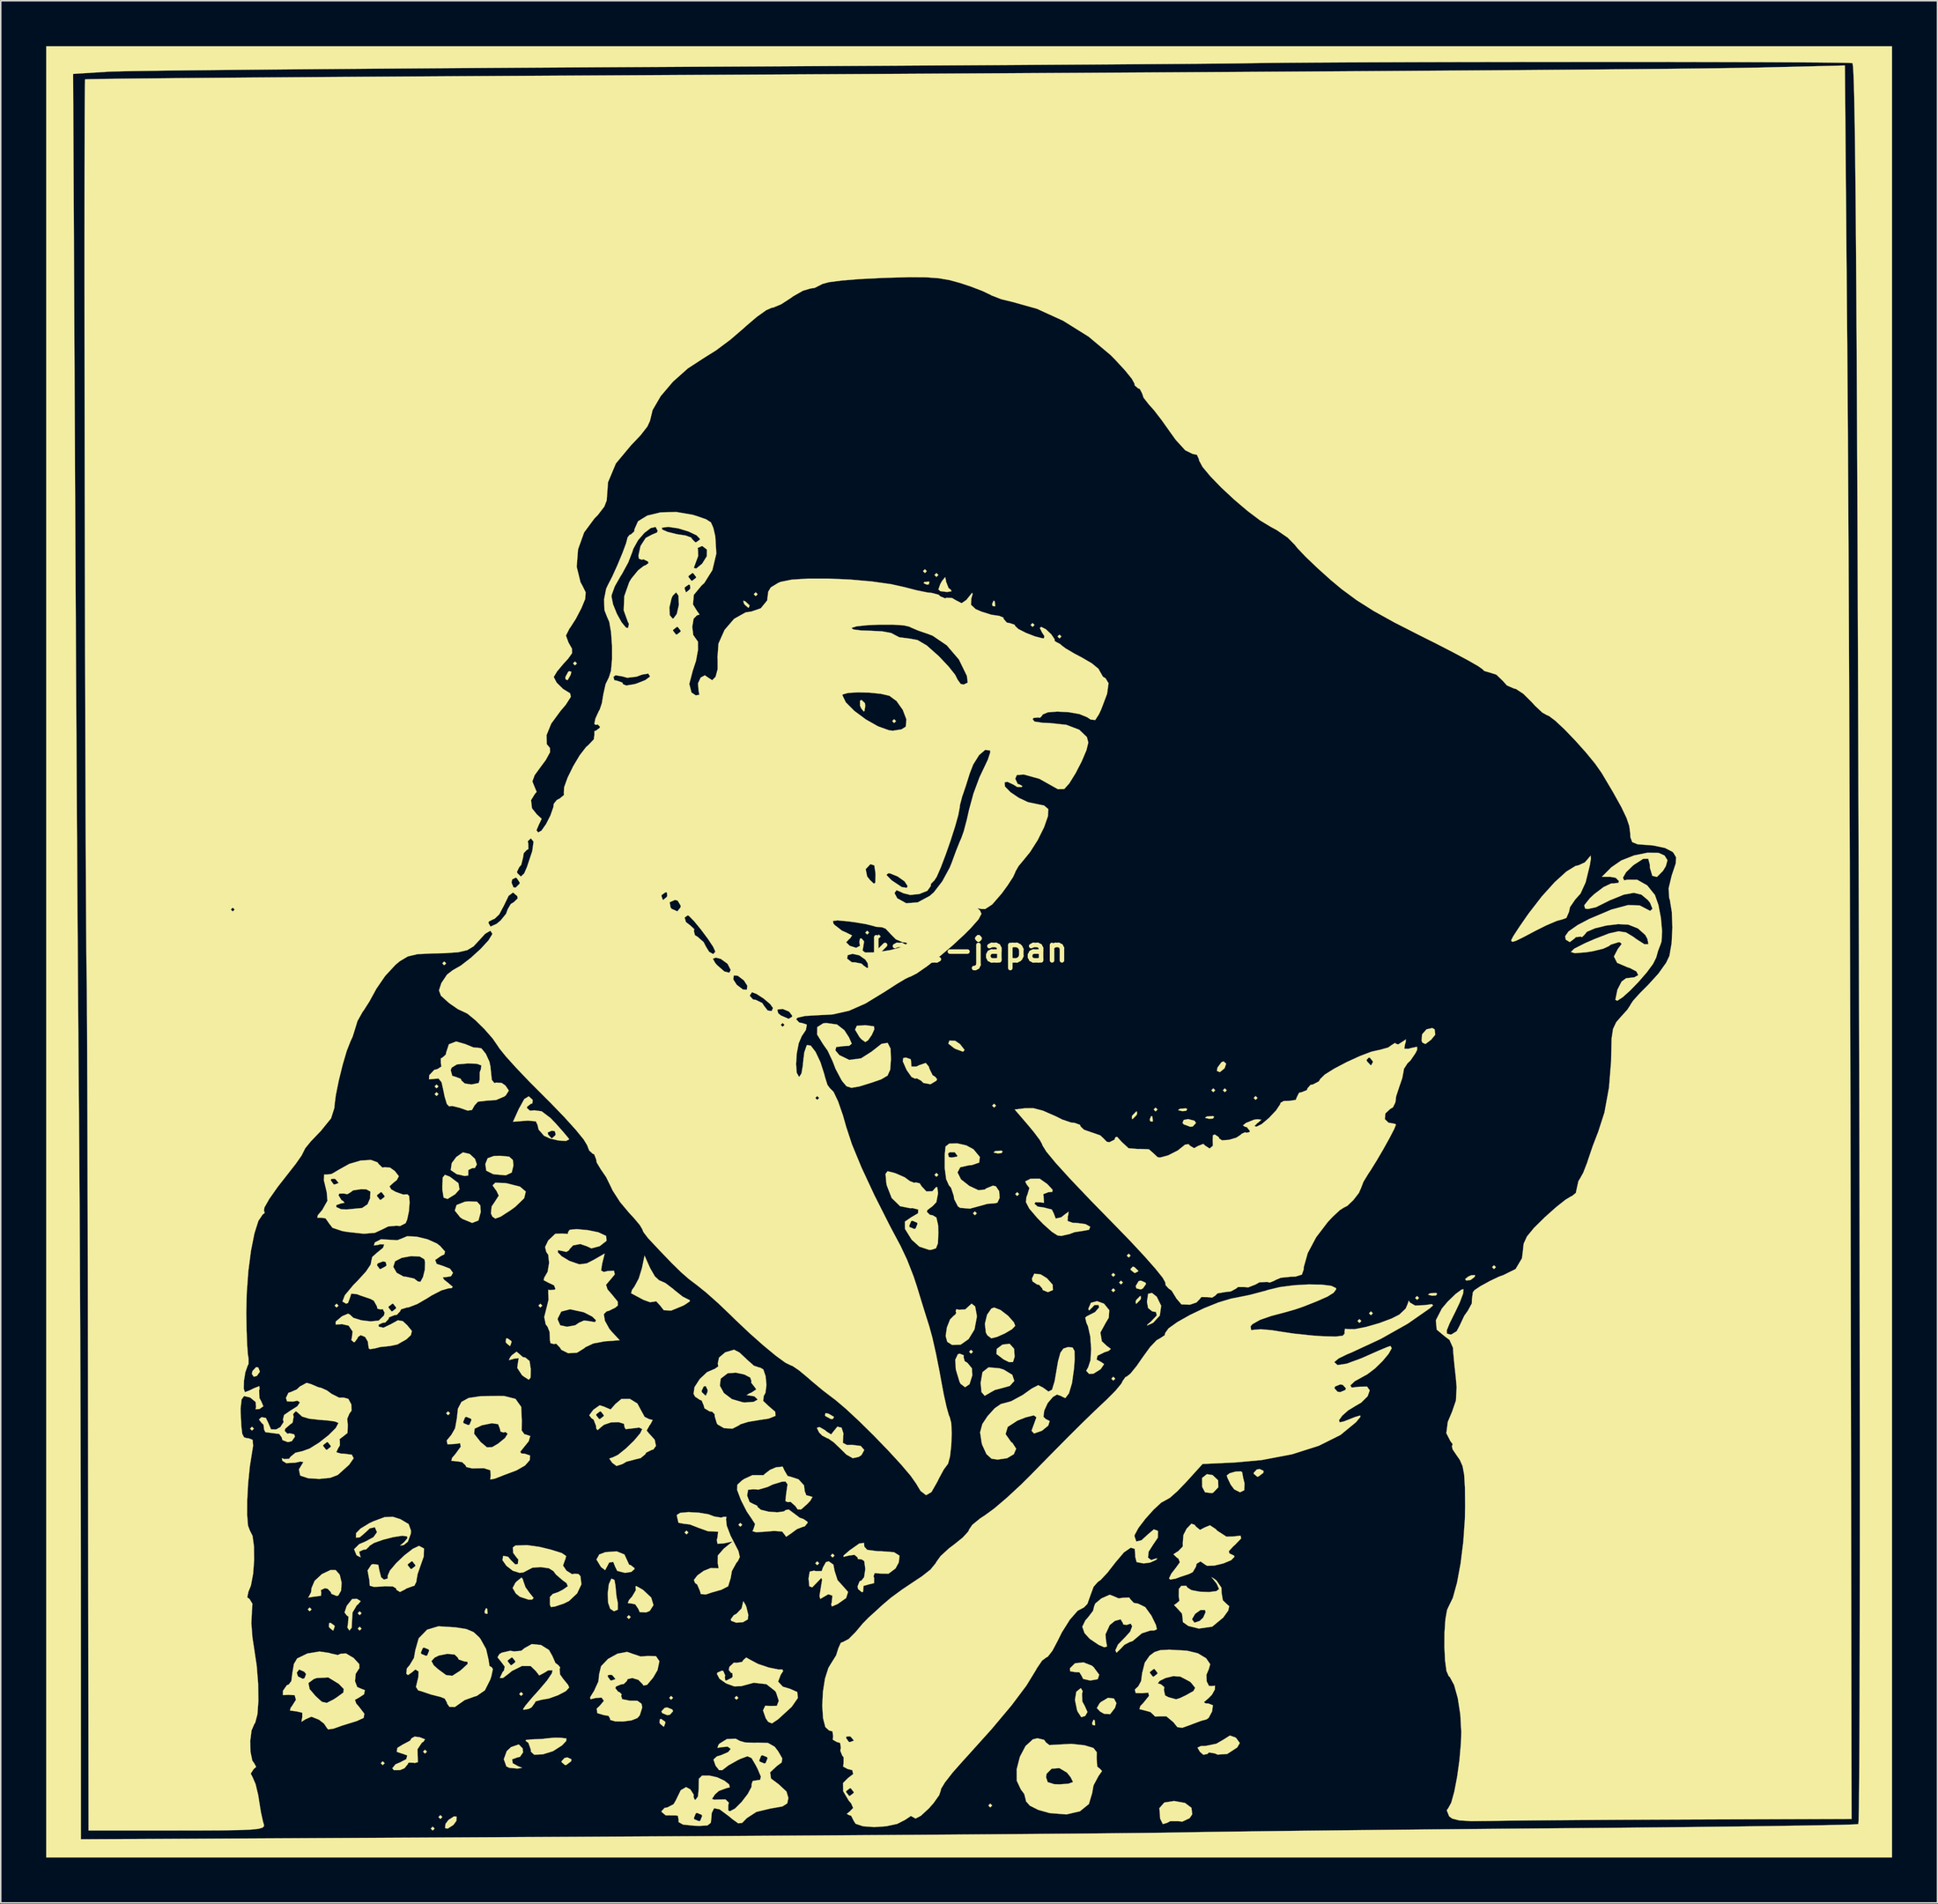
<source format=kicad_pcb>
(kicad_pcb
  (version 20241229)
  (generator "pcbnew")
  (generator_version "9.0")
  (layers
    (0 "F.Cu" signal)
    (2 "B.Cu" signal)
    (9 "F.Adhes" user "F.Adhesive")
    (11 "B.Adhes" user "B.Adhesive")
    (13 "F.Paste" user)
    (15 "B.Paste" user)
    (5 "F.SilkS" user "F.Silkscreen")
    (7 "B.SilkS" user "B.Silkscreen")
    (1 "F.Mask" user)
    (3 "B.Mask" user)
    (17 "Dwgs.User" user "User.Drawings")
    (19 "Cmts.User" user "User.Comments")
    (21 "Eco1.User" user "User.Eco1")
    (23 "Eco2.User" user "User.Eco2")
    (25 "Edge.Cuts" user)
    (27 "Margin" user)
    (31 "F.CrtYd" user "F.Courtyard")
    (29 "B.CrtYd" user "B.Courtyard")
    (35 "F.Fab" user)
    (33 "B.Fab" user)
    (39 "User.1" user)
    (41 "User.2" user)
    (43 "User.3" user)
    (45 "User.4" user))
  (footprint "kare-japan"
    (layer "F.Cu")
    (at 60.965 59.695)
    (property "Reference" "kare-japan" (at 0 0 0) (layer "F.SilkS") (effects (font (size 1.524 1.524) (thickness 0.3))))
    (attr through_hole)
    (fp_poly (pts (xy -47.244 31.623) (xy -47.371 31.75) (xy -47.498 31.623) (xy -47.371 31.496) (xy -47.244 31.623)) (stroke (width 0.01) (type solid)) (fill yes) (layer "F.SilkS"))
    (fp_poly (pts (xy -43.434 43.561) (xy -43.561 43.688) (xy -43.688 43.561) (xy -43.561 43.434) (xy -43.434 43.561)) (stroke (width 0.01) (type solid)) (fill yes) (layer "F.SilkS"))
    (fp_poly (pts (xy -41.656 23.495) (xy -41.783 23.622) (xy -41.91 23.495) (xy -41.783 23.368) (xy -41.656 23.495)) (stroke (width 0.01) (type solid)) (fill yes) (layer "F.SilkS"))
    (fp_poly (pts (xy -40.132 43.815) (xy -40.259 43.942) (xy -40.386 43.815) (xy -40.259 43.688) (xy -40.132 43.815)) (stroke (width 0.01) (type solid)) (fill yes) (layer "F.SilkS"))
    (fp_poly (pts (xy -40.132 44.831) (xy -40.259 44.958) (xy -40.386 44.831) (xy -40.259 44.704) (xy -40.132 44.831)) (stroke (width 0.01) (type solid)) (fill yes) (layer "F.SilkS"))
    (fp_poly (pts (xy -38.608 53.721) (xy -38.735 53.848) (xy -38.862 53.721) (xy -38.735 53.594) (xy -38.608 53.721)) (stroke (width 0.01) (type solid)) (fill yes) (layer "F.SilkS"))
    (fp_poly (pts (xy -35.814 52.959) (xy -35.941 53.086) (xy -36.068 52.959) (xy -35.941 52.832) (xy -35.814 52.959)) (stroke (width 0.01) (type solid)) (fill yes) (layer "F.SilkS"))
    (fp_poly (pts (xy -35.306 58.039) (xy -35.433 58.166) (xy -35.56 58.039) (xy -35.433 57.912) (xy -35.306 58.039)) (stroke (width 0.01) (type solid)) (fill yes) (layer "F.SilkS"))
    (fp_poly (pts (xy -35.052 9.017) (xy -35.179 9.144) (xy -35.306 9.017) (xy -35.179 8.89) (xy -35.052 9.017)) (stroke (width 0.01) (type solid)) (fill yes) (layer "F.SilkS"))
    (fp_poly (pts (xy -35.052 9.525) (xy -35.179 9.652) (xy -35.306 9.525) (xy -35.179 9.398) (xy -35.052 9.525)) (stroke (width 0.01) (type solid)) (fill yes) (layer "F.SilkS"))
    (fp_poly (pts (xy -34.798 57.277) (xy -34.925 57.404) (xy -35.052 57.277) (xy -34.925 57.15) (xy -34.798 57.277)) (stroke (width 0.01) (type solid)) (fill yes) (layer "F.SilkS"))
    (fp_poly (pts (xy -34.544 0.889) (xy -34.671 1.016) (xy -34.798 0.889) (xy -34.671 0.762) (xy -34.544 0.889)) (stroke (width 0.01) (type solid)) (fill yes) (layer "F.SilkS"))
    (fp_poly (pts (xy -34.29 30.607) (xy -34.417 30.734) (xy -34.544 30.607) (xy -34.417 30.48) (xy -34.29 30.607)) (stroke (width 0.01) (type solid)) (fill yes) (layer "F.SilkS"))
    (fp_poly (pts (xy -29.464 49.149) (xy -29.591 49.276) (xy -29.718 49.149) (xy -29.591 49.022) (xy -29.464 49.149)) (stroke (width 0.01) (type solid)) (fill yes) (layer "F.SilkS"))
    (fp_poly (pts (xy -28.194 23.495) (xy -28.321 23.622) (xy -28.448 23.495) (xy -28.321 23.368) (xy -28.194 23.495)) (stroke (width 0.01) (type solid)) (fill yes) (layer "F.SilkS"))
    (fp_poly (pts (xy -25.908 -18.923) (xy -26.035 -18.796) (xy -26.162 -18.923) (xy -26.035 -19.05) (xy -25.908 -18.923)) (stroke (width 0.01) (type solid)) (fill yes) (layer "F.SilkS"))
    (fp_poly (pts (xy -22.352 44.069) (xy -22.479 44.196) (xy -22.606 44.069) (xy -22.479 43.942) (xy -22.352 44.069)) (stroke (width 0.01) (type solid)) (fill yes) (layer "F.SilkS"))
    (fp_poly (pts (xy -19.558 49.403) (xy -19.685 49.53) (xy -19.812 49.403) (xy -19.685 49.276) (xy -19.558 49.403)) (stroke (width 0.01) (type solid)) (fill yes) (layer "F.SilkS"))
    (fp_poly (pts (xy -18.542 38.481) (xy -18.669 38.608) (xy -18.796 38.481) (xy -18.669 38.354) (xy -18.542 38.481)) (stroke (width 0.01) (type solid)) (fill yes) (layer "F.SilkS"))
    (fp_poly (pts (xy -15.24 49.403) (xy -15.367 49.53) (xy -15.494 49.403) (xy -15.367 49.276) (xy -15.24 49.403)) (stroke (width 0.01) (type solid)) (fill yes) (layer "F.SilkS"))
    (fp_poly (pts (xy -14.986 37.973) (xy -15.113 38.1) (xy -15.24 37.973) (xy -15.113 37.846) (xy -14.986 37.973)) (stroke (width 0.01) (type solid)) (fill yes) (layer "F.SilkS"))
    (fp_poly (pts (xy -13.97 -23.495) (xy -14.097 -23.368) (xy -14.224 -23.495) (xy -14.097 -23.622) (xy -13.97 -23.495)) (stroke (width 0.01) (type solid)) (fill yes) (layer "F.SilkS"))
    (fp_poly (pts (xy -9.906 40.513) (xy -10.033 40.64) (xy -10.16 40.513) (xy -10.033 40.386) (xy -9.906 40.513)) (stroke (width 0.01) (type solid)) (fill yes) (layer "F.SilkS"))
    (fp_poly (pts (xy -8.89 40.005) (xy -9.017 40.132) (xy -9.144 40.005) (xy -9.017 39.878) (xy -8.89 40.005)) (stroke (width 0.01) (type solid)) (fill yes) (layer "F.SilkS"))
    (fp_poly (pts (xy -6.604 -1.143) (xy -6.731 -1.016) (xy -6.858 -1.143) (xy -6.731 -1.27) (xy -6.604 -1.143)) (stroke (width 0.01) (type solid)) (fill yes) (layer "F.SilkS"))
    (fp_poly (pts (xy -5.842 -0.889) (xy -5.969 -0.762) (xy -6.096 -0.889) (xy -5.969 -1.016) (xy -5.842 -0.889)) (stroke (width 0.01) (type solid)) (fill yes) (layer "F.SilkS"))
    (fp_poly (pts (xy -4.826 -15.113) (xy -4.953 -14.986) (xy -5.08 -15.113) (xy -4.953 -15.24) (xy -4.826 -15.113)) (stroke (width 0.01) (type solid)) (fill yes) (layer "F.SilkS"))
    (fp_poly (pts (xy -2.794 -25.019) (xy -2.921 -24.892) (xy -3.048 -25.019) (xy -2.921 -25.146) (xy -2.794 -25.019)) (stroke (width 0.01) (type solid)) (fill yes) (layer "F.SilkS"))
    (fp_poly (pts (xy -2.032 -24.765) (xy -2.159 -24.638) (xy -2.286 -24.765) (xy -2.159 -24.892) (xy -2.032 -24.765)) (stroke (width 0.01) (type solid)) (fill yes) (layer "F.SilkS"))
    (fp_poly (pts (xy -2.032 14.859) (xy -2.159 14.986) (xy -2.286 14.859) (xy -2.159 14.732) (xy -2.032 14.859)) (stroke (width 0.01) (type solid)) (fill yes) (layer "F.SilkS"))
    (fp_poly (pts (xy 0.254 26.543) (xy 0.127 26.67) (xy 0 26.543) (xy 0.127 26.416) (xy 0.254 26.543)) (stroke (width 0.01) (type solid)) (fill yes) (layer "F.SilkS"))
    (fp_poly (pts (xy 0.508 17.399) (xy 0.381 17.526) (xy 0.254 17.399) (xy 0.381 17.272) (xy 0.508 17.399)) (stroke (width 0.01) (type solid)) (fill yes) (layer "F.SilkS"))
    (fp_poly (pts (xy 1.524 56.515) (xy 1.397 56.642) (xy 1.27 56.515) (xy 1.397 56.388) (xy 1.524 56.515)) (stroke (width 0.01) (type solid)) (fill yes) (layer "F.SilkS"))
    (fp_poly (pts (xy 1.778 10.287) (xy 1.651 10.414) (xy 1.524 10.287) (xy 1.651 10.16) (xy 1.778 10.287)) (stroke (width 0.01) (type solid)) (fill yes) (layer "F.SilkS"))
    (fp_poly (pts (xy 3.302 16.129) (xy 3.175 16.256) (xy 3.048 16.129) (xy 3.175 16.002) (xy 3.302 16.129)) (stroke (width 0.01) (type solid)) (fill yes) (layer "F.SilkS"))
    (fp_poly (pts (xy 4.318 -21.463) (xy 4.191 -21.336) (xy 4.064 -21.463) (xy 4.191 -21.59) (xy 4.318 -21.463)) (stroke (width 0.01) (type solid)) (fill yes) (layer "F.SilkS"))
    (fp_poly (pts (xy 6.096 -20.701) (xy 5.969 -20.574) (xy 5.842 -20.701) (xy 5.969 -20.828) (xy 6.096 -20.701)) (stroke (width 0.01) (type solid)) (fill yes) (layer "F.SilkS"))
    (fp_poly (pts (xy 9.652 21.463) (xy 9.525 21.59) (xy 9.398 21.463) (xy 9.525 21.336) (xy 9.652 21.463)) (stroke (width 0.01) (type solid)) (fill yes) (layer "F.SilkS"))
    (fp_poly (pts (xy 9.652 22.479) (xy 9.525 22.606) (xy 9.398 22.479) (xy 9.525 22.352) (xy 9.652 22.479)) (stroke (width 0.01) (type solid)) (fill yes) (layer "F.SilkS"))
    (fp_poly (pts (xy 9.652 28.321) (xy 9.525 28.448) (xy 9.398 28.321) (xy 9.525 28.194) (xy 9.652 28.321)) (stroke (width 0.01) (type solid)) (fill yes) (layer "F.SilkS"))
    (fp_poly (pts (xy 10.16 21.971) (xy 10.033 22.098) (xy 9.906 21.971) (xy 10.033 21.844) (xy 10.16 21.971)) (stroke (width 0.01) (type solid)) (fill yes) (layer "F.SilkS"))
    (fp_poly (pts (xy 10.668 20.193) (xy 10.541 20.32) (xy 10.414 20.193) (xy 10.541 20.066) (xy 10.668 20.193)) (stroke (width 0.01) (type solid)) (fill yes) (layer "F.SilkS"))
    (fp_poly (pts (xy 12.446 10.541) (xy 12.319 10.668) (xy 12.192 10.541) (xy 12.319 10.414) (xy 12.446 10.541)) (stroke (width 0.01) (type solid)) (fill yes) (layer "F.SilkS"))
    (fp_poly (pts (xy 16.256 9.271) (xy 16.129 9.398) (xy 16.002 9.271) (xy 16.129 9.144) (xy 16.256 9.271)) (stroke (width 0.01) (type solid)) (fill yes) (layer "F.SilkS"))
    (fp_poly (pts (xy 17.018 9.271) (xy 16.891 9.398) (xy 16.764 9.271) (xy 16.891 9.144) (xy 17.018 9.271)) (stroke (width 0.01) (type solid)) (fill yes) (layer "F.SilkS"))
    (fp_poly (pts (xy 19.05 9.779) (xy 18.923 9.906) (xy 18.796 9.779) (xy 18.923 9.652) (xy 19.05 9.779)) (stroke (width 0.01) (type solid)) (fill yes) (layer "F.SilkS"))
    (fp_poly (pts (xy 25.908 24.511) (xy 25.781 24.638) (xy 25.654 24.511) (xy 25.781 24.384) (xy 25.908 24.511)) (stroke (width 0.01) (type solid)) (fill yes) (layer "F.SilkS"))
    (fp_poly (pts (xy 26.67 24.003) (xy 26.543 24.13) (xy 26.416 24.003) (xy 26.543 23.876) (xy 26.67 24.003)) (stroke (width 0.01) (type solid)) (fill yes) (layer "F.SilkS"))
    (fp_poly (pts (xy 29.718 22.987) (xy 29.591 23.114) (xy 29.464 22.987) (xy 29.591 22.86) (xy 29.718 22.987)) (stroke (width 0.01) (type solid)) (fill yes) (layer "F.SilkS"))
    (fp_poly (pts (xy 34.798 20.955) (xy 34.671 21.082) (xy 34.544 20.955) (xy 34.671 20.828) (xy 34.798 20.955)) (stroke (width 0.01) (type solid)) (fill yes) (layer "F.SilkS"))
    (fp_poly (pts (xy -31.835 43.519) (xy -31.804 43.82) (xy -31.835 43.857) (xy -31.986 43.822) (xy -32.004 43.688) (xy -31.911 43.479) (xy -31.835 43.519)) (stroke (width 0.01) (type solid)) (fill yes) (layer "F.SilkS"))
    (fp_poly (pts (xy -2.625 -24.299) (xy -2.66 -24.148) (xy -2.794 -24.13) (xy -3.003 -24.223) (xy -2.963 -24.299) (xy -2.662 -24.33) (xy -2.625 -24.299)) (stroke (width 0.01) (type solid)) (fill yes) (layer "F.SilkS"))
    (fp_poly (pts (xy 1.693 -23.029) (xy 1.724 -22.728) (xy 1.693 -22.691) (xy 1.542 -22.726) (xy 1.524 -22.86) (xy 1.617 -23.069) (xy 1.693 -23.029)) (stroke (width 0.01) (type solid)) (fill yes) (layer "F.SilkS"))
    (fp_poly (pts (xy 2.217 13.309) (xy 2.141 13.424) (xy 1.884 13.442) (xy 1.613 13.38) (xy 1.73 13.288) (xy 2.127 13.258) (xy 2.217 13.309)) (stroke (width 0.01) (type solid)) (fill yes) (layer "F.SilkS"))
    (fp_poly (pts (xy 8.297 50.885) (xy 8.328 51.186) (xy 8.297 51.223) (xy 8.146 51.188) (xy 8.128 51.054) (xy 8.221 50.845) (xy 8.297 50.885)) (stroke (width 0.01) (type solid)) (fill yes) (layer "F.SilkS"))
    (fp_poly (pts (xy 12.107 11.007) (xy 12.138 11.308) (xy 12.107 11.345) (xy 11.956 11.31) (xy 11.938 11.176) (xy 12.031 10.967) (xy 12.107 11.007)) (stroke (width 0.01) (type solid)) (fill yes) (layer "F.SilkS"))
    (fp_poly (pts (xy 14.409 10.515) (xy 14.333 10.63) (xy 14.076 10.648) (xy 13.805 10.586) (xy 13.922 10.494) (xy 14.319 10.464) (xy 14.409 10.515)) (stroke (width 0.01) (type solid)) (fill yes) (layer "F.SilkS"))
    (fp_poly (pts (xy 16.187 11.023) (xy 16.111 11.138) (xy 15.854 11.156) (xy 15.583 11.094) (xy 15.7 11.002) (xy 16.097 10.972) (xy 16.187 11.023)) (stroke (width 0.01) (type solid)) (fill yes) (layer "F.SilkS"))
    (fp_poly (pts (xy 30.919 22.707) (xy 30.843 22.822) (xy 30.586 22.84) (xy 30.315 22.778) (xy 30.432 22.686) (xy 30.829 22.656) (xy 30.919 22.707)) (stroke (width 0.01) (type solid)) (fill yes) (layer "F.SilkS"))
    (fp_poly (pts (xy -46.959 27.578) (xy -46.846 27.857) (xy -47.045 28.135) (xy -47.251 28.194) (xy -47.378 28.007) (xy -47.336 27.814) (xy -47.095 27.558) (xy -46.959 27.578)) (stroke (width 0.01) (type solid)) (fill yes) (layer "F.SilkS"))
    (fp_poly (pts (xy -26.275 -18.372) (xy -26.319 -18.174) (xy -26.524 -17.817) (xy -26.657 -17.877) (xy -26.67 -18.019) (xy -26.486 -18.363) (xy -26.419 -18.413) (xy -26.275 -18.372)) (stroke (width 0.01) (type solid)) (fill yes) (layer "F.SilkS"))
    (fp_poly (pts (xy -14.771 -23.011) (xy -14.499 -22.756) (xy -14.555 -22.608) (xy -14.59 -22.606) (xy -14.805 -22.786) (xy -14.883 -22.899) (xy -14.913 -23.073) (xy -14.771 -23.011)) (stroke (width 0.01) (type solid)) (fill yes) (layer "F.SilkS"))
    (fp_poly (pts (xy -9.284 30.637) (xy -8.927 30.842) (xy -8.987 30.975) (xy -9.129 30.988) (xy -9.473 30.804) (xy -9.523 30.737) (xy -9.482 30.593) (xy -9.284 30.637)) (stroke (width 0.01) (type solid)) (fill yes) (layer "F.SilkS"))
    (fp_poly (pts (xy 33.399 21.593) (xy 33.128 21.803) (xy 32.836 21.839) (xy 32.766 21.744) (xy 32.965 21.581) (xy 33.16 21.493) (xy 33.422 21.475) (xy 33.399 21.593)) (stroke (width 0.01) (type solid)) (fill yes) (layer "F.SilkS"))
    (fp_poly (pts (xy -41.92 44.634) (xy -41.91 44.704) (xy -41.997 44.951) (xy -42.022 44.958) (xy -42.239 44.78) (xy -42.291 44.704) (xy -42.271 44.47) (xy -42.179 44.45) (xy -41.92 44.634)) (stroke (width 0.01) (type solid)) (fill yes) (layer "F.SilkS"))
    (fp_poly (pts (xy -33.849 57.253) (xy -33.87 57.534) (xy -34.066 57.797) (xy -34.435 58.036) (xy -34.611 58.015) (xy -34.589 57.733) (xy -34.393 57.471) (xy -34.024 57.232) (xy -33.849 57.253)) (stroke (width 0.01) (type solid)) (fill yes) (layer "F.SilkS"))
    (fp_poly (pts (xy -30.236 25.838) (xy -30.226 25.908) (xy -30.313 26.155) (xy -30.338 26.162) (xy -30.555 25.984) (xy -30.607 25.908) (xy -30.587 25.674) (xy -30.495 25.654) (xy -30.236 25.838)) (stroke (width 0.01) (type solid)) (fill yes) (layer "F.SilkS"))
    (fp_poly (pts (xy -26.265 53.463) (xy -26.289 53.594) (xy -26.614 53.838) (xy -26.685 53.848) (xy -26.917 53.654) (xy -26.924 53.594) (xy -26.717 53.371) (xy -26.528 53.34) (xy -26.265 53.463)) (stroke (width 0.01) (type solid)) (fill yes) (layer "F.SilkS"))
    (fp_poly (pts (xy -20.076 50.984) (xy -20.066 51.054) (xy -20.153 51.301) (xy -20.178 51.308) (xy -20.395 51.13) (xy -20.447 51.054) (xy -20.427 50.82) (xy -20.335 50.8) (xy -20.076 50.984)) (stroke (width 0.01) (type solid)) (fill yes) (layer "F.SilkS"))
    (fp_poly (pts (xy -19.601 50.175) (xy -19.558 50.292) (xy -19.764 50.517) (xy -19.939 50.546) (xy -20.277 50.409) (xy -20.32 50.292) (xy -20.114 50.067) (xy -19.939 50.038) (xy -19.601 50.175)) (stroke (width 0.01) (type solid)) (fill yes) (layer "F.SilkS"))
    (fp_poly (pts (xy -6.886 -16.304) (xy -6.858 -16.129) (xy -6.912 -15.79) (xy -6.958 -15.748) (xy -7.122 -15.947) (xy -7.204 -16.129) (xy -7.209 -16.456) (xy -7.104 -16.51) (xy -6.886 -16.304)) (stroke (width 0.01) (type solid)) (fill yes) (layer "F.SilkS"))
    (fp_poly (pts (xy -0.919 6.004) (xy -0.603 6.219) (xy -0.298 6.609) (xy -0.403 6.725) (xy -0.888 6.544) (xy -0.987 6.492) (xy -1.371 6.192) (xy -1.302 5.989) (xy -0.919 6.004)) (stroke (width 0.01) (type solid)) (fill yes) (layer "F.SilkS"))
    (fp_poly (pts (xy 10.922 20.955) (xy 11.164 21.183) (xy 11.176 21.224) (xy 10.979 21.333) (xy 10.922 21.336) (xy 10.678 21.141) (xy 10.668 21.067) (xy 10.824 20.915) (xy 10.922 20.955)) (stroke (width 0.01) (type solid)) (fill yes) (layer "F.SilkS"))
    (fp_poly (pts (xy 11.096 10.832) (xy 11.049 10.922) (xy 10.81 11.165) (xy 10.765 11.176) (xy 10.748 11.012) (xy 10.795 10.922) (xy 11.034 10.679) (xy 11.079 10.668) (xy 11.096 10.832)) (stroke (width 0.01) (type solid)) (fill yes) (layer "F.SilkS"))
    (fp_poly (pts (xy 11.35 23.024) (xy 11.303 23.114) (xy 11.064 23.357) (xy 11.019 23.368) (xy 11.002 23.204) (xy 11.049 23.114) (xy 11.288 22.871) (xy 11.333 22.86) (xy 11.35 23.024)) (stroke (width 0.01) (type solid)) (fill yes) (layer "F.SilkS"))
    (fp_poly (pts (xy 11.655 21.98) (xy 11.684 22.071) (xy 11.484 22.354) (xy 11.345 22.428) (xy 11.048 22.355) (xy 11.007 22.201) (xy 11.199 21.879) (xy 11.345 21.844) (xy 11.655 21.98)) (stroke (width 0.01) (type solid)) (fill yes) (layer "F.SilkS"))
    (fp_poly (pts (xy 14.884 11.28) (xy 14.986 11.43) (xy 14.781 11.658) (xy 14.62 11.684) (xy 14.188 11.529) (xy 14.097 11.43) (xy 14.175 11.23) (xy 14.463 11.176) (xy 14.884 11.28)) (stroke (width 0.01) (type solid)) (fill yes) (layer "F.SilkS"))
    (fp_poly (pts (xy 16.979 7.515) (xy 16.875 7.819) (xy 16.579 8.062) (xy 16.557 8.07) (xy 16.366 7.99) (xy 16.41 7.768) (xy 16.67 7.419) (xy 16.812 7.366) (xy 16.979 7.515)) (stroke (width 0.01) (type solid)) (fill yes) (layer "F.SilkS"))
    (fp_poly (pts (xy 19.455 34.413) (xy 19.431 34.544) (xy 19.106 34.788) (xy 19.035 34.798) (xy 18.803 34.604) (xy 18.796 34.544) (xy 19.003 34.321) (xy 19.192 34.29) (xy 19.455 34.413)) (stroke (width 0.01) (type solid)) (fill yes) (layer "F.SilkS"))
    (fp_poly (pts (xy 2.973 26.348) (xy 3.006 26.877) (xy 2.898 27.222) (xy 2.636 27.226) (xy 2.286 27.054) (xy 1.808 26.69) (xy 1.828 26.354) (xy 2.202 26.072) (xy 2.674 26.013) (xy 2.973 26.348)) (stroke (width 0.01) (type solid)) (fill yes) (layer "F.SilkS"))
    (fp_poly (pts (xy 16.087 34.69) (xy 16.449 35.035) (xy 16.458 35.498) (xy 16.124 35.848) (xy 16.024 35.882) (xy 15.585 35.826) (xy 15.397 35.471) (xy 15.389 34.881) (xy 15.706 34.629) (xy 16.087 34.69)) (stroke (width 0.01) (type solid)) (fill yes) (layer "F.SilkS"))
    (fp_poly (pts (xy 30.751 5.249) (xy 30.791 5.6) (xy 30.517 5.935) (xy 30.143 6.215) (xy 29.95 6.128) (xy 29.891 5.999) (xy 29.922 5.575) (xy 30.216 5.244) (xy 30.595 5.159) (xy 30.751 5.249)) (stroke (width 0.01) (type solid)) (fill yes) (layer "F.SilkS"))
    (fp_poly (pts (xy -34.304 14.978) (xy -33.733 15.405) (xy -33.663 15.817) (xy -33.947 16.138) (xy -34.452 16.45) (xy -34.71 16.364) (xy -34.795 15.835) (xy -34.798 15.612) (xy -34.769 15.032) (xy -34.627 14.856) (xy -34.304 14.978)) (stroke (width 0.01) (type solid)) (fill yes) (layer "F.SilkS"))
    (fp_poly (pts (xy -6.284 5.048) (xy -6.259 5.239) (xy -6.429 5.618) (xy -6.675 5.969) (xy -6.856 6.086) (xy -7.107 5.907) (xy -7.239 5.759) (xy -7.532 5.27) (xy -7.418 5.013) (xy -6.871 4.971) (xy -6.284 5.048)) (stroke (width 0.01) (type solid)) (fill yes) (layer "F.SilkS"))
    (fp_poly (pts (xy 9.568 49.447) (xy 9.729 49.754) (xy 9.638 50.063) (xy 9.317 50.481) (xy 8.923 50.46) (xy 8.658 50.311) (xy 8.438 50.079) (xy 8.611 49.776) (xy 8.703 49.681) (xy 9.176 49.402) (xy 9.568 49.447)) (stroke (width 0.01) (type solid)) (fill yes) (layer "F.SilkS"))
    (fp_poly (pts (xy -32.505 16.633) (xy -32.29 16.871) (xy -32.258 17.302) (xy -32.41 17.871) (xy -32.828 18.033) (xy -33.46 17.773) (xy -33.618 17.661) (xy -33.972 17.219) (xy -33.857 16.851) (xy -33.313 16.635) (xy -33.065 16.61) (xy -32.505 16.633)) (stroke (width 0.01) (type solid)) (fill yes) (layer "F.SilkS"))
    (fp_poly (pts (xy -1.529 -24.4) (xy -1.528 -24.342) (xy -1.359 -23.903) (xy -1.206 -23.79) (xy -1.163 -23.687) (xy -1.46 -23.642) (xy -1.905 -23.698) (xy -2.028 -23.812) (xy -1.901 -24.169) (xy -1.778 -24.384) (xy -1.581 -24.624) (xy -1.529 -24.4)) (stroke (width 0.01) (type solid)) (fill yes) (layer "F.SilkS"))
    (fp_poly (pts (xy -30.386 13.654) (xy -30.139 13.873) (xy -30.099 14.23) (xy -30.212 14.704) (xy -30.607 14.889) (xy -31.371 14.822) (xy -31.448 14.807) (xy -31.895 14.581) (xy -31.956 14.141) (xy -31.801 13.759) (xy -31.387 13.611) (xy -30.988 13.599) (xy -30.386 13.654)) (stroke (width 0.01) (type solid)) (fill yes) (layer "F.SilkS"))
    (fp_poly (pts (xy -23.428 41.614) (xy -23.365 41.959) (xy -23.292 42.709) (xy -23.208 43.117) (xy -23.206 43.58) (xy -23.457 43.685) (xy -23.707 43.519) (xy -23.844 43.128) (xy -23.87 42.508) (xy -23.797 41.898) (xy -23.633 41.537) (xy -23.622 41.529) (xy -23.428 41.614)) (stroke (width 0.01) (type solid)) (fill yes) (layer "F.SilkS"))
    (fp_poly (pts (xy 4.733 21.436) (xy 5.144 21.69) (xy 5.519 22.115) (xy 5.538 22.466) (xy 5.207 22.606) (xy 4.869 22.469) (xy 4.826 22.352) (xy 4.624 22.12) (xy 4.487 22.098) (xy 4.188 21.894) (xy 4.149 21.717) (xy 4.306 21.385) (xy 4.733 21.436)) (stroke (width 0.01) (type solid)) (fill yes) (layer "F.SilkS"))
    (fp_poly (pts (xy 18.037 34.504) (xy 18.1 34.858) (xy 18.194 35.242) (xy 18.174 35.69) (xy 17.897 35.825) (xy 17.516 35.636) (xy 17.281 35.323) (xy 17.071 34.884) (xy 17.018 34.717) (xy 17.211 34.566) (xy 17.615 34.456) (xy 17.964 34.444) (xy 18.037 34.504)) (stroke (width 0.01) (type solid)) (fill yes) (layer "F.SilkS"))
    (fp_poly (pts (xy -29.465 41.596) (xy -29.464 41.645) (xy -29.305 42.096) (xy -29.044 42.461) (xy -28.769 42.805) (xy -28.867 42.912) (xy -29.107 42.916) (xy -29.674 42.727) (xy -29.94 42.512) (xy -30.152 42.148) (xy -29.968 41.8) (xy -29.876 41.706) (xy -29.562 41.454) (xy -29.465 41.596)) (stroke (width 0.01) (type solid)) (fill yes) (layer "F.SilkS"))
    (fp_poly (pts (xy -14.775 43.251) (xy -14.715 43.394) (xy -14.584 43.932) (xy -14.619 44.219) (xy -14.933 44.405) (xy -15.381 44.439) (xy -15.708 44.319) (xy -15.748 44.223) (xy -15.546 43.946) (xy -15.367 43.85) (xy -15.031 43.501) (xy -14.97 43.251) (xy -14.919 43.02) (xy -14.775 43.251)) (stroke (width 0.01) (type solid)) (fill yes) (layer "F.SilkS"))
    (fp_poly (pts (xy 2.001 27.635) (xy 2.292 27.726) (xy 2.853 28.068) (xy 2.985 28.468) (xy 2.69 28.798) (xy 2.283 28.914) (xy 1.701 29.067) (xy 1.41 29.232) (xy 1.031 29.452) (xy 0.819 29.208) (xy 0.762 28.602) (xy 0.885 27.887) (xy 1.284 27.573) (xy 2.001 27.635)) (stroke (width 0.01) (type solid)) (fill yes) (layer "F.SilkS"))
    (fp_poly (pts (xy 7.501 48.956) (xy 7.457 49.152) (xy 7.48 49.65) (xy 7.632 49.925) (xy 7.817 50.339) (xy 7.669 50.598) (xy 7.411 50.682) (xy 7.172 50.318) (xy 7.129 50.209) (xy 6.992 49.538) (xy 7.081 49.002) (xy 7.365 48.769) (xy 7.385 48.768) (xy 7.501 48.956)) (stroke (width 0.01) (type solid)) (fill yes) (layer "F.SilkS"))
    (fp_poly (pts (xy 8.112 47.28) (xy 8.223 47.376) (xy 8.593 47.876) (xy 8.499 48.171) (xy 8.001 48.26) (xy 7.532 48.153) (xy 7.429 47.943) (xy 7.286 47.714) (xy 7.022 47.706) (xy 6.671 47.647) (xy 6.66 47.452) (xy 6.995 47.12) (xy 7.551 47.059) (xy 8.112 47.28)) (stroke (width 0.01) (type solid)) (fill yes) (layer "F.SilkS"))
    (fp_poly (pts (xy 14.258 56.345) (xy 14.687 56.667) (xy 14.74 57.093) (xy 14.567 57.351) (xy 14.088 57.578) (xy 13.804 57.551) (xy 13.281 57.552) (xy 13.08 57.659) (xy 12.797 57.741) (xy 12.621 57.385) (xy 12.569 56.688) (xy 12.897 56.316) (xy 13.536 56.218) (xy 14.258 56.345)) (stroke (width 0.01) (type solid)) (fill yes) (layer "F.SilkS"))
    (fp_poly (pts (xy -32.988 13.479) (xy -32.64 13.802) (xy -32.516 14.171) (xy -32.646 14.406) (xy -32.83 14.415) (xy -33.08 14.54) (xy -33.084 14.668) (xy -33.086 14.899) (xy -33.319 14.932) (xy -33.846 14.811) (xy -34.241 14.544) (xy -34.174 14.083) (xy -33.877 13.681) (xy -33.436 13.374) (xy -32.988 13.479)) (stroke (width 0.01) (type solid)) (fill yes) (layer "F.SilkS"))
    (fp_poly (pts (xy -0.348 26.782) (xy -0.365 26.897) (xy -0.294 27.164) (xy -0.109 27.277) (xy 0.189 27.644) (xy 0.208 28.109) (xy 0.028 28.686) (xy -0.265 28.886) (xy -0.566 28.659) (xy -0.633 28.522) (xy -0.877 27.713) (xy -0.913 27.065) (xy -0.741 26.705) (xy -0.615 26.67) (xy -0.348 26.782)) (stroke (width 0.01) (type solid)) (fill yes) (layer "F.SilkS"))
    (fp_poly (pts (xy 2.078 23.787) (xy 2.577 24.17) (xy 2.957 24.599) (xy 3.046 24.828) (xy 2.84 25.048) (xy 2.364 25.331) (xy 1.826 25.569) (xy 1.465 25.654) (xy 1.202 25.452) (xy 1.108 25.272) (xy 1.043 24.696) (xy 1.186 24.101) (xy 1.468 23.692) (xy 1.656 23.622) (xy 2.078 23.787)) (stroke (width 0.01) (type solid)) (fill yes) (layer "F.SilkS"))
    (fp_poly (pts (xy -40.19 43.016) (xy -40.37 43.233) (xy -40.449 43.291) (xy -40.727 43.763) (xy -40.761 44.266) (xy -40.783 44.768) (xy -40.933 44.958) (xy -41.067 44.76) (xy -41.021 44.45) (xy -40.996 44.044) (xy -41.125 43.942) (xy -41.256 43.766) (xy -41.111 43.327) (xy -40.757 42.88) (xy -40.446 42.86) (xy -40.19 43.016)) (stroke (width 0.01) (type solid)) (fill yes) (layer "F.SilkS"))
    (fp_poly (pts (xy 12.395 22.911) (xy 12.686 23.504) (xy 12.597 24.15) (xy 12.161 24.627) (xy 12.129 24.643) (xy 11.751 24.814) (xy 11.794 24.733) (xy 12.002 24.561) (xy 12.396 24.145) (xy 12.342 23.915) (xy 12.097 23.876) (xy 11.825 23.656) (xy 11.748 23.241) (xy 11.826 22.714) (xy 12.081 22.659) (xy 12.395 22.911)) (stroke (width 0.01) (type solid)) (fill yes) (layer "F.SilkS"))
    (fp_poly (pts (xy -29.491 52.744) (xy -29.464 53.001) (xy -29.668 53.301) (xy -29.845 53.34) (xy -30.187 53.466) (xy -30.147 53.724) (xy -29.782 53.927) (xy -29.527 54.02) (xy -29.756 54.066) (xy -29.866 54.073) (xy -30.373 54.024) (xy -30.565 53.933) (xy -30.735 53.457) (xy -30.54 52.921) (xy -30.253 52.654) (xy -29.745 52.481) (xy -29.491 52.744)) (stroke (width 0.01) (type solid)) (fill yes) (layer "F.SilkS"))
    (fp_poly (pts (xy -21.616 42.227) (xy -21.526 42.284) (xy -20.999 42.78) (xy -20.85 43.279) (xy -21.095 43.661) (xy -21.336 43.762) (xy -21.76 43.741) (xy -21.844 43.537) (xy -22.051 43.23) (xy -22.264 43.18) (xy -22.543 43.144) (xy -22.467 42.948) (xy -22.264 42.715) (xy -22.012 42.291) (xy -22.034 42.043) (xy -21.985 42.019) (xy -21.616 42.227)) (stroke (width 0.01) (type solid)) (fill yes) (layer "F.SilkS"))
    (fp_poly (pts (xy -30.666 15.399) (xy -30.544 15.416) (xy -29.668 15.636) (xy -29.285 15.962) (xy -29.393 16.407) (xy -29.99 16.98) (xy -30.309 17.209) (xy -30.946 17.62) (xy -31.299 17.748) (xy -31.492 17.612) (xy -31.585 17.406) (xy -31.539 16.948) (xy -31.324 16.628) (xy -31.069 16.229) (xy -31.208 15.935) (xy -31.477 15.553) (xy -31.301 15.378) (xy -30.666 15.399)) (stroke (width 0.01) (type solid)) (fill yes) (layer "F.SilkS"))
    (fp_poly (pts (xy -26.988 52.04) (xy -26.596 52.087) (xy -26.614 52.253) (xy -26.89 52.544) (xy -27.489 52.927) (xy -28.16 53.135) (xy -28.726 53.159) (xy -28.94 52.967) (xy -28.956 52.809) (xy -29.113 52.375) (xy -29.273 52.261) (xy -29.285 52.186) (xy -28.889 52.146) (xy -28.829 52.145) (xy -28.198 52.118) (xy -27.813 52.072) (xy -27.371 52.034) (xy -26.988 52.04)) (stroke (width 0.01) (type solid)) (fill yes) (layer "F.SilkS"))
    (fp_poly (pts (xy 17.593 52.022) (xy 17.641 52.06) (xy 17.88 52.388) (xy 17.709 52.681) (xy 17.049 53.111) (xy 16.412 53.153) (xy 16.24 53.076) (xy 15.849 53.012) (xy 15.732 53.111) (xy 15.474 53.164) (xy 15.25 52.971) (xy 15.087 52.692) (xy 15.305 52.589) (xy 15.633 52.578) (xy 16.337 52.431) (xy 16.803 52.162) (xy 17.226 51.893) (xy 17.593 52.022)) (stroke (width 0.01) (type solid)) (fill yes) (layer "F.SilkS"))
    (fp_poly (pts (xy -29.77 26.642) (xy -29.469 26.9) (xy -29.316 26.924) (xy -29.036 27.153) (xy -28.956 27.686) (xy -28.969 28.253) (xy -29.084 28.392) (xy -29.413 28.182) (xy -29.532 28.091) (xy -29.847 27.61) (xy -29.805 27.293) (xy -29.752 26.968) (xy -30.046 26.996) (xy -30.091 27.013) (xy -30.401 27.098) (xy -30.315 26.907) (xy -30.208 26.775) (xy -29.895 26.539) (xy -29.77 26.642)) (stroke (width 0.01) (type solid)) (fill yes) (layer "F.SilkS"))
    (fp_poly (pts (xy -22.768 39.934) (xy -22.606 40.286) (xy -22.46 40.606) (xy -22.352 40.64) (xy -22.105 40.833) (xy -22.098 40.894) (xy -22.315 41.085) (xy -22.733 41.148) (xy -23.244 41.016) (xy -23.368 40.767) (xy -23.507 40.426) (xy -23.773 40.463) (xy -23.921 40.742) (xy -24.042 40.969) (xy -24.3 40.774) (xy -24.32 40.753) (xy -24.615 40.265) (xy -24.429 39.933) (xy -24.023 39.779) (xy -23.285 39.725) (xy -22.768 39.934)) (stroke (width 0.01) (type solid)) (fill yes) (layer "F.SilkS"))
    (fp_poly (pts (xy 0.398 23.549) (xy 0.506 24.136) (xy 0.508 24.257) (xy 0.355 25.071) (xy -0.035 25.706) (xy -0.561 26.075) (xy -1.12 26.094) (xy -1.443 25.887) (xy -1.548 25.503) (xy -1.466 24.937) (xy -1.257 24.408) (xy -0.986 24.135) (xy -0.945 24.13) (xy -0.845 23.971) (xy -0.887 23.879) (xy -0.847 23.732) (xy -0.674 23.769) (xy -0.258 23.749) (xy -0.138 23.639) (xy 0.165 23.366) (xy 0.398 23.549)) (stroke (width 0.01) (type solid)) (fill yes) (layer "F.SilkS"))
    (fp_poly (pts (xy -41.841 40.964) (xy -41.575 41.268) (xy -41.452 41.787) (xy -41.481 42.313) (xy -41.669 42.642) (xy -41.779 42.672) (xy -42.12 42.536) (xy -42.164 42.418) (xy -42.371 42.195) (xy -42.56 42.164) (xy -42.823 42.287) (xy -42.799 42.418) (xy -42.807 42.653) (xy -42.89 42.672) (xy -43.356 42.73) (xy -43.477 42.757) (xy -43.674 42.776) (xy -43.624 42.736) (xy -43.464 42.425) (xy -43.434 42.149) (xy -43.23 41.673) (xy -42.749 41.228) (xy -42.189 40.961) (xy -41.841 40.964)) (stroke (width 0.01) (type solid)) (fill yes) (layer "F.SilkS"))
    (fp_poly (pts (xy -3.864 7.218) (xy -3.84 7.303) (xy -3.81 7.705) (xy -3.493 7.709) (xy -3.283 7.61) (xy -2.865 7.466) (xy -2.662 7.708) (xy -2.619 7.855) (xy -2.412 8.277) (xy -2.241 8.382) (xy -2.117 8.539) (xy -2.159 8.636) (xy -2.548 8.872) (xy -3.016 8.789) (xy -3.178 8.632) (xy -3.469 8.477) (xy -3.554 8.508) (xy -3.797 8.399) (xy -4.11 7.957) (xy -4.152 7.877) (xy -4.38 7.356) (xy -4.351 7.144) (xy -4.172 7.112) (xy -3.864 7.218)) (stroke (width 0.01) (type solid)) (fill yes) (layer "F.SilkS"))
    (fp_poly (pts (xy -8.424 31.561) (xy -8.3 31.95) (xy -8.318 32.119) (xy -8.338 32.563) (xy -8.068 32.7) (xy -7.739 32.691) (xy -7.156 32.767) (xy -6.926 33.032) (xy -7.112 33.37) (xy -7.293 33.489) (xy -7.685 33.574) (xy -8.109 33.333) (xy -8.448 32.998) (xy -8.938 32.527) (xy -9.305 32.272) (xy -9.363 32.258) (xy -9.697 32.084) (xy -9.906 31.877) (xy -10.057 31.57) (xy -9.885 31.515) (xy -9.513 31.728) (xy -9.417 31.814) (xy -9.116 32.004) (xy -8.964 31.814) (xy -8.701 31.489) (xy -8.424 31.561)) (stroke (width 0.01) (type solid)) (fill yes) (layer "F.SilkS"))
    (fp_poly (pts (xy -21.071 21.018) (xy -20.756 21.567) (xy -20.459 21.838) (xy -20.422 21.844) (xy -20.063 22.004) (xy -19.546 22.396) (xy -19.455 22.479) (xy -18.924 22.9) (xy -18.51 23.11) (xy -18.465 23.116) (xy -18.448 23.213) (xy -18.801 23.45) (xy -18.889 23.497) (xy -19.676 23.823) (xy -20.167 23.8) (xy -20.418 23.479) (xy -20.665 23.213) (xy -20.816 23.234) (xy -21.07 23.273) (xy -21.508 23.116) (xy -22.244 22.722) (xy -22.325 22.676) (xy -22.27 22.466) (xy -22.102 22.23) (xy -21.822 21.709) (xy -21.609 21.017) (xy -21.439 20.193) (xy -21.071 21.018)) (stroke (width 0.01) (type solid)) (fill yes) (layer "F.SilkS"))
    (fp_poly (pts (xy -36.293 52.004) (xy -35.939 52.141) (xy -36.049 52.305) (xy -36.149 52.364) (xy -36.434 52.793) (xy -36.428 53.209) (xy -36.411 53.652) (xy -36.635 53.709) (xy -36.699 53.687) (xy -37.028 53.683) (xy -37.084 53.791) (xy -37.296 54.051) (xy -37.592 54.176) (xy -37.997 54.181) (xy -38.1 54.054) (xy -37.888 53.793) (xy -37.592 53.668) (xy -37.175 53.451) (xy -37.115 53.207) (xy -37.447 53.086) (xy -37.465 53.086) (xy -37.809 52.966) (xy -37.765 52.707) (xy -37.363 52.459) (xy -37.338 52.451) (xy -36.928 52.233) (xy -36.83 52.077) (xy -36.626 51.963) (xy -36.293 52.004)) (stroke (width 0.01) (type solid)) (fill yes) (layer "F.SilkS"))
    (fp_poly (pts (xy -8.964 40.606) (xy -8.89 41.007) (xy -8.69 41.631) (xy -8.354 42.002) (xy -7.996 42.409) (xy -8.124 42.811) (xy -8.689 43.208) (xy -9.066 43.369) (xy -9.112 43.221) (xy -9.073 43.107) (xy -9.031 42.653) (xy -9.302 42.56) (xy -9.598 42.733) (xy -9.832 42.871) (xy -9.883 42.674) (xy -9.8 42.159) (xy -9.709 41.606) (xy -9.762 41.482) (xy -9.986 41.719) (xy -10.366 42.107) (xy -10.556 42.033) (xy -10.604 41.522) (xy -10.53 41.065) (xy -10.24 41) (xy -10.128 41.031) (xy -9.734 41.027) (xy -9.652 40.784) (xy -9.456 40.437) (xy -9.271 40.386) (xy -8.964 40.606)) (stroke (width 0.01) (type solid)) (fill yes) (layer "F.SilkS"))
    (fp_poly (pts (xy 41.072 -6.019) (xy 41 -5.588) (xy 40.724 -4.461) (xy 40.386 -3.721) (xy 40.031 -3.324) (xy 39.691 -2.825) (xy 39.624 -2.509) (xy 39.454 -2.115) (xy 39.238 -2.032) (xy 38.822 -1.918) (xy 38.126 -1.621) (xy 37.424 -1.27) (xy 36.591 -0.83) (xy 36.109 -0.596) (xy 35.883 -0.532) (xy 35.817 -0.601) (xy 35.814 -0.653) (xy 35.951 -0.914) (xy 36.316 -1.476) (xy 36.835 -2.228) (xy 36.966 -2.413) (xy 37.833 -3.535) (xy 38.687 -4.48) (xy 39.453 -5.175) (xy 40.057 -5.546) (xy 40.255 -5.588) (xy 40.674 -5.783) (xy 40.892 -6.032) (xy 41.056 -6.23) (xy 41.072 -6.019)) (stroke (width 0.01) (type solid)) (fill yes) (layer "F.SilkS"))
    (fp_poly (pts (xy -8.724 4.929) (xy -8.243 5.302) (xy -7.935 5.779) (xy -7.752 6.196) (xy -7.931 6.337) (xy -8.253 6.35) (xy -8.779 6.414) (xy -8.835 6.637) (xy -8.572 6.949) (xy -7.916 7.267) (xy -7.137 7.163) (xy -6.436 6.715) (xy -5.788 6.206) (xy -5.383 6.137) (xy -5.188 6.52) (xy -5.163 7.23) (xy -5.214 7.915) (xy -5.387 8.301) (xy -5.813 8.552) (xy -6.398 8.754) (xy -7.256 9.021) (xy -7.775 9.109) (xy -8.096 9.006) (xy -8.359 8.699) (xy -8.443 8.572) (xy -8.817 7.866) (xy -9.01 7.366) (xy -9.339 6.661) (xy -9.648 6.223) (xy -10.041 5.587) (xy -10.032 5.1) (xy -9.634 4.847) (xy -9.419 4.83) (xy -8.724 4.929)) (stroke (width 0.01) (type solid)) (fill yes) (layer "F.SilkS"))
    (fp_poly (pts (xy -28.829 9.906) (xy -28.849 10.14) (xy -28.941 10.16) (xy -29.197 10.357) (xy -29.21 10.444) (xy -29.009 10.619) (xy -28.709 10.596) (xy -28.238 10.659) (xy -27.647 11.107) (xy -27.312 11.456) (xy -26.81 12.022) (xy -26.485 12.41) (xy -26.416 12.51) (xy -26.624 12.617) (xy -27.109 12.592) (xy -27.666 12.465) (xy -28.08 12.275) (xy -28.269 12.057) (xy -27.833 12.057) (xy -27.813 12.192) (xy -27.596 12.434) (xy -27.559 12.446) (xy -27.357 12.269) (xy -27.305 12.192) (xy -27.365 11.977) (xy -27.559 11.938) (xy -27.833 12.057) (xy -28.269 12.057) (xy -28.438 11.864) (xy -28.505 11.563) (xy -28.619 11.325) (xy -29.14 11.275) (xy -29.282 11.284) (xy -30.128 11.352) (xy -29.743 10.502) (xy -29.384 9.852) (xy -29.088 9.671) (xy -28.829 9.906)) (stroke (width 0.01) (type solid)) (fill yes) (layer "F.SilkS"))
    (fp_poly (pts (xy 8.911 23.367) (xy 9.251 23.789) (xy 9.257 23.805) (xy 9.225 24.293) (xy 9.023 24.631) (xy 8.671 25.274) (xy 8.768 25.851) (xy 9.081 26.145) (xy 9.362 26.357) (xy 9.201 26.493) (xy 8.954 26.569) (xy 8.48 26.803) (xy 8.422 27.061) (xy 8.725 27.223) (xy 8.917 27.359) (xy 8.713 27.661) (xy 8.661 27.714) (xy 8.21 27.993) (xy 7.927 28.007) (xy 7.737 27.799) (xy 7.868 27.566) (xy 8.02 27.102) (xy 8.063 26.355) (xy 8.004 25.535) (xy 7.853 24.854) (xy 7.759 24.653) (xy 7.671 24.294) (xy 7.766 24.204) (xy 8.32 23.922) (xy 8.587 23.614) (xy 8.551 23.453) (xy 8.277 23.459) (xy 8.118 23.629) (xy 7.921 23.821) (xy 7.878 23.7) (xy 8.047 23.309) (xy 8.45 23.202) (xy 8.911 23.367)) (stroke (width 0.01) (type solid)) (fill yes) (layer "F.SilkS"))
    (fp_poly (pts (xy -6.921 39.42) (xy -6.731 39.629) (xy -6.047 39.717) (xy -5.779 39.721) (xy -4.96 39.784) (xy -4.596 40.013) (xy -4.646 40.459) (xy -4.861 40.856) (xy -5.323 41.202) (xy -5.792 41.196) (xy -6.241 41.165) (xy -6.312 41.372) (xy -6.273 41.491) (xy -6.277 41.827) (xy -6.627 41.91) (xy -6.973 42.009) (xy -6.985 42.164) (xy -7.005 42.398) (xy -7.097 42.418) (xy -7.336 42.213) (xy -7.366 42.037) (xy -7.229 41.699) (xy -7.112 41.656) (xy -6.935 41.435) (xy -6.858 40.901) (xy -6.858 40.879) (xy -6.927 40.371) (xy -7.103 40.254) (xy -7.112 40.259) (xy -7.346 40.229) (xy -7.366 40.13) (xy -7.569 39.957) (xy -7.938 40.004) (xy -8.3 40.091) (xy -8.291 40.001) (xy -7.898 39.665) (xy -7.874 39.646) (xy -7.253 39.209) (xy -6.943 39.169) (xy -6.921 39.42)) (stroke (width 0.01) (type solid)) (fill yes) (layer "F.SilkS"))
    (fp_poly (pts (xy -37.564 37.604) (xy -37.023 37.925) (xy -36.867 38.36) (xy -36.88 38.561) (xy -37.072 39.085) (xy -37.338 39.306) (xy -37.588 39.35) (xy -37.405 39.191) (xy -37.345 39.149) (xy -37.102 38.862) (xy -37.124 38.737) (xy -37.444 38.696) (xy -38.037 38.787) (xy -38.718 38.961) (xy -39.304 39.169) (xy -39.612 39.364) (xy -39.624 39.4) (xy -39.831 39.597) (xy -40.02 39.624) (xy -40.283 39.747) (xy -40.259 39.878) (xy -40.194 40.12) (xy -40.421 40.01) (xy -40.471 39.963) (xy -40.626 39.587) (xy -40.287 39.252) (xy -39.878 39.078) (xy -39.348 38.793) (xy -39.116 38.468) (xy -39.116 38.456) (xy -39.253 38.133) (xy -39.592 38.21) (xy -39.878 38.481) (xy -40.253 38.804) (xy -40.501 38.819) (xy -40.495 38.525) (xy -40.198 38.222) (xy -39.606 37.862) (xy -39.345 37.739) (xy -38.613 37.468) (xy -38.066 37.444) (xy -37.564 37.604)) (stroke (width 0.01) (type solid)) (fill yes) (layer "F.SilkS"))
    (fp_poly (pts (xy 5.166 15.467) (xy 5.51 15.841) (xy 5.496 15.982) (xy 5.236 16.002) (xy 4.903 16.13) (xy 4.929 16.411) (xy 4.948 16.703) (xy 4.702 16.673) (xy 4.373 16.667) (xy 4.318 16.772) (xy 4.535 16.957) (xy 4.953 17.018) (xy 5.464 17.15) (xy 5.588 17.399) (xy 5.72 17.745) (xy 6.085 17.662) (xy 6.337 17.462) (xy 6.577 17.29) (xy 6.541 17.537) (xy 6.522 17.59) (xy 6.508 17.909) (xy 6.847 18.026) (xy 7.105 18.034) (xy 7.689 18.113) (xy 8.001 18.288) (xy 7.921 18.486) (xy 7.618 18.542) (xy 6.958 18.646) (xy 6.651 18.762) (xy 6.092 18.892) (xy 5.842 18.862) (xy 5.463 18.616) (xy 4.903 18.116) (xy 4.517 17.72) (xy 3.975 17.086) (xy 3.753 16.657) (xy 3.792 16.302) (xy 3.845 16.19) (xy 3.983 15.724) (xy 3.803 15.489) (xy 3.705 15.293) (xy 4.06 15.114) (xy 4.661 15.111) (xy 5.166 15.467)) (stroke (width 0.01) (type solid)) (fill yes) (layer "F.SilkS"))
    (fp_poly (pts (xy -0.19 12.911) (xy 0.288 13.169) (xy 0.71 13.68) (xy 0.664 14.048) (xy 0.165 14.218) (xy 0 14.224) (xy -0.588 14.358) (xy -0.766 14.7) (xy -0.535 15.158) (xy 0.012 15.588) (xy 0.615 15.871) (xy 1.015 15.835) (xy 1.144 15.747) (xy 1.572 15.573) (xy 1.767 15.614) (xy 1.986 15.942) (xy 2.016 16.381) (xy 1.868 16.697) (xy 1.714 16.735) (xy 1.199 16.774) (xy 1.016 16.828) (xy 0.053 17.09) (xy -0.594 17.037) (xy -0.741 16.938) (xy -0.988 16.452) (xy -1.016 16.236) (xy -1.192 15.709) (xy -1.333 15.547) (xy -1.514 15.143) (xy -1.611 14.409) (xy -1.609 13.515) (xy -1.603 13.458) (xy -1.394 13.458) (xy -1.339 13.679) (xy -1.158 13.716) (xy -0.81 13.657) (xy -0.762 13.604) (xy -0.948 13.367) (xy -1.283 13.362) (xy -1.394 13.458) (xy -1.603 13.458) (xy -1.556 12.986) (xy -1.312 12.795) (xy -0.793 12.777) (xy -0.19 12.911)) (stroke (width 0.01) (type solid)) (fill yes) (layer "F.SilkS"))
    (fp_poly (pts (xy 16.175 41.529) (xy 16.337 41.651) (xy 16.665 42.125) (xy 16.678 42.464) (xy 16.761 42.961) (xy 16.957 43.151) (xy 17.182 43.35) (xy 17.116 43.64) (xy 16.783 44.103) (xy 16.058 44.701) (xy 15.174 44.828) (xy 14.478 44.654) (xy 14.123 44.4) (xy 14.11 44.227) (xy 14.732 44.227) (xy 14.885 44.44) (xy 15.231 44.324) (xy 15.461 44.109) (xy 15.623 43.74) (xy 15.579 43.603) (xy 15.288 43.601) (xy 14.932 43.852) (xy 14.734 44.191) (xy 14.732 44.227) (xy 14.11 44.227) (xy 14.106 44.181) (xy 14.063 43.838) (xy 13.805 43.552) (xy 13.538 43.272) (xy 13.67 43.188) (xy 13.891 42.995) (xy 13.85 42.693) (xy 13.858 42.209) (xy 14.008 42.013) (xy 14.339 42.002) (xy 14.421 42.119) (xy 14.69 42.29) (xy 15.231 42.392) (xy 15.846 42.416) (xy 16.337 42.352) (xy 16.51 42.215) (xy 16.359 41.873) (xy 16.192 41.656) (xy 16.011 41.432) (xy 16.175 41.529)) (stroke (width 0.01) (type solid)) (fill yes) (layer "F.SilkS"))
    (fp_poly (pts (xy 14.906 37.982) (xy 14.977 38.085) (xy 15.251 38.312) (xy 15.563 38.148) (xy 15.909 38.007) (xy 16.289 38.255) (xy 16.397 38.369) (xy 16.997 38.757) (xy 17.451 38.745) (xy 17.932 38.69) (xy 17.967 38.877) (xy 17.557 39.304) (xy 17.462 39.384) (xy 17.156 39.716) (xy 17.194 39.869) (xy 17.209 39.87) (xy 17.504 40.012) (xy 17.526 40.089) (xy 17.308 40.312) (xy 16.796 40.524) (xy 16.201 40.667) (xy 15.733 40.684) (xy 15.606 40.616) (xy 15.288 40.392) (xy 15.024 40.55) (xy 14.986 40.737) (xy 14.776 41.096) (xy 14.541 41.217) (xy 13.902 41.431) (xy 13.652 41.527) (xy 13.288 41.593) (xy 13.208 41.513) (xy 13.362 41.192) (xy 13.642 40.835) (xy 13.922 40.449) (xy 13.831 40.212) (xy 13.713 40.13) (xy 13.499 39.922) (xy 13.752 39.751) (xy 13.794 39.735) (xy 14.118 39.404) (xy 14.115 39.149) (xy 14.16 38.639) (xy 14.371 38.228) (xy 14.686 37.899) (xy 14.906 37.982)) (stroke (width 0.01) (type solid)) (fill yes) (layer "F.SilkS"))
    (fp_poly (pts (xy -36.007 39.54) (xy -36.024 40.063) (xy -36.199 40.563) (xy -36.426 41.212) (xy -36.511 41.679) (xy -36.507 41.725) (xy -36.645 42.003) (xy -36.745 42.025) (xy -37.181 42.184) (xy -37.232 42.227) (xy -37.596 42.411) (xy -37.833 42.266) (xy -37.846 42.176) (xy -38.066 42.045) (xy -38.608 42.033) (xy -38.734 42.047) (xy -39.31 42.075) (xy -39.588 41.998) (xy -39.593 41.972) (xy -39.613 41.656) (xy -39.734 40.987) (xy -39.485 40.608) (xy -39.38 40.569) (xy -39.029 40.611) (xy -38.961 40.968) (xy -38.841 41.438) (xy -38.654 41.597) (xy -38.404 41.519) (xy -38.4 41.327) (xy -38.259 40.999) (xy -37.957 40.64) (xy -37.084 40.64) (xy -36.891 40.887) (xy -36.83 40.894) (xy -36.583 40.701) (xy -36.576 40.64) (xy -36.769 40.393) (xy -36.83 40.386) (xy -37.077 40.579) (xy -37.084 40.64) (xy -37.957 40.64) (xy -37.845 40.507) (xy -37.296 39.984) (xy -36.751 39.562) (xy -36.352 39.371) (xy -36.329 39.37) (xy -36.007 39.54)) (stroke (width 0.01) (type solid)) (fill yes) (layer "F.SilkS"))
    (fp_poly (pts (xy 4.954 52.177) (xy 5.08 52.352) (xy 5.303 52.523) (xy 5.905 52.489) (xy 6.757 52.443) (xy 7.62 52.536) (xy 8.213 52.715) (xy 8.433 52.995) (xy 8.427 53.415) (xy 8.464 53.945) (xy 8.657 54.102) (xy 8.779 54.239) (xy 8.548 54.566) (xy 8.219 55.183) (xy 8.128 55.695) (xy 7.912 56.418) (xy 7.32 56.896) (xy 6.43 57.104) (xy 5.324 57.017) (xy 4.572 56.806) (xy 4.012 56.525) (xy 3.752 56.229) (xy 3.751 56.172) (xy 3.643 55.754) (xy 3.417 55.451) (xy 3.15 54.883) (xy 3.149 54.64) (xy 5.08 54.64) (xy 5.192 54.972) (xy 5.614 55.105) (xy 5.969 55.118) (xy 6.557 55.075) (xy 6.85 54.97) (xy 6.858 54.947) (xy 6.706 54.645) (xy 6.463 54.34) (xy 5.964 54.045) (xy 5.453 54.084) (xy 5.121 54.414) (xy 5.08 54.64) (xy 3.149 54.64) (xy 3.146 54.112) (xy 3.355 53.295) (xy 3.727 52.588) (xy 4.212 52.146) (xy 4.508 52.072) (xy 4.954 52.177)) (stroke (width 0.01) (type solid)) (fill yes) (layer "F.SilkS"))
    (fp_poly (pts (xy -17.862 37.171) (xy -17.215 37.28) (xy -16.825 37.427) (xy -16.366 37.499) (xy -16.223 37.445) (xy -16.029 37.446) (xy -16.055 37.62) (xy -16.009 38.037) (xy -15.758 38.691) (xy -15.581 39.036) (xy -15.238 39.703) (xy -15.146 40.101) (xy -15.283 40.387) (xy -15.368 40.478) (xy -15.67 41.025) (xy -15.748 41.483) (xy -15.915 42.031) (xy -16.359 42.262) (xy -17.011 42.448) (xy -17.375 42.571) (xy -17.719 42.551) (xy -17.78 42.339) (xy -17.96 41.918) (xy -18.098 41.823) (xy -18.181 41.618) (xy -17.944 41.312) (xy -17.529 41.014) (xy -17.079 40.832) (xy -16.799 40.837) (xy -16.543 40.846) (xy -16.605 40.504) (xy -16.596 39.999) (xy -16.205 39.549) (xy -15.621 39.073) (xy -16.203 39.2) (xy -16.618 39.23) (xy -16.667 38.974) (xy -16.621 38.811) (xy -16.579 38.433) (xy -16.801 38.416) (xy -17.257 38.396) (xy -17.85 38.182) (xy -18.448 37.951) (xy -18.873 37.9) (xy -19.199 37.839) (xy -19.303 37.387) (xy -19.304 37.321) (xy -19.084 37.184) (xy -18.544 37.136) (xy -17.862 37.171)) (stroke (width 0.01) (type solid)) (fill yes) (layer "F.SilkS"))
    (fp_poly (pts (xy -14.456 46.891) (xy -13.947 47.161) (xy -13.247 47.398) (xy -12.602 47.53) (xy -12.34 47.525) (xy -12.284 47.635) (xy -12.443 47.875) (xy -12.616 48.33) (xy -12.308 48.664) (xy -11.832 48.807) (xy -11.35 49.02) (xy -11.312 49.413) (xy -11.722 50) (xy -12.586 50.791) (xy -12.63 50.828) (xy -13.024 51.092) (xy -13.272 50.987) (xy -13.432 50.754) (xy -13.613 50.236) (xy -13.468 49.929) (xy -13.099 49.939) (xy -12.701 49.933) (xy -12.572 49.599) (xy -12.746 49.062) (xy -12.811 48.955) (xy -13.391 48.5) (xy -14.223 48.407) (xy -15.051 48.631) (xy -15.509 48.648) (xy -16.044 48.454) (xy -16.484 48.147) (xy -16.656 47.824) (xy -16.628 47.737) (xy -16.32 47.604) (xy -16.234 47.638) (xy -16.107 47.944) (xy -16.14 48.024) (xy -16.111 48.245) (xy -16.032 48.26) (xy -15.673 48.075) (xy -15.621 48.006) (xy -15.637 47.772) (xy -15.725 47.752) (xy -15.875 47.565) (xy -15.834 47.356) (xy -15.542 47.079) (xy -15.351 47.088) (xy -14.994 47.031) (xy -14.917 46.912) (xy -14.725 46.741) (xy -14.456 46.891)) (stroke (width 0.01) (type solid)) (fill yes) (layer "F.SilkS"))
    (fp_poly (pts (xy 9.533 42.685) (xy 9.874 42.833) (xy 10.181 42.792) (xy 10.574 42.777) (xy 10.668 42.909) (xy 10.88 43.132) (xy 11.157 43.18) (xy 11.633 43.41) (xy 12.046 43.981) (xy 12.341 44.592) (xy 12.404 44.874) (xy 12.223 44.954) (xy 11.969 44.958) (xy 11.408 45.142) (xy 11.176 45.339) (xy 10.791 45.659) (xy 10.601 45.72) (xy 10.256 45.902) (xy 10.006 46.164) (xy 9.739 46.424) (xy 9.66 46.265) (xy 9.838 45.879) (xy 10.279 45.427) (xy 10.289 45.419) (xy 10.638 45.034) (xy 10.773 44.681) (xy 10.677 44.5) (xy 10.396 44.588) (xy 10.175 44.55) (xy 10.16 44.465) (xy 10.008 44.214) (xy 9.626 44.322) (xy 9.289 44.595) (xy 9.008 45.209) (xy 9.041 45.599) (xy 9.109 46.012) (xy 8.927 46.062) (xy 8.558 45.904) (xy 7.963 45.501) (xy 7.626 45.127) (xy 7.477 44.707) (xy 7.678 44.29) (xy 7.857 44.087) (xy 8.188 43.654) (xy 8.252 43.389) (xy 8.249 43.386) (xy 8.336 43.17) (xy 8.735 42.841) (xy 8.742 42.836) (xy 9.286 42.592) (xy 9.533 42.685)) (stroke (width 0.01) (type solid)) (fill yes) (layer "F.SilkS"))
    (fp_poly (pts (xy -28.379 39.431) (xy -27.617 39.617) (xy -26.906 39.84) (xy -26.618 40.037) (xy -26.676 40.266) (xy -26.69 40.283) (xy -26.824 40.667) (xy -26.598 41.002) (xy -26.229 41.234) (xy -26.051 41.207) (xy -25.796 41.228) (xy -25.675 41.368) (xy -25.609 41.902) (xy -25.894 42.504) (xy -26.43 43.008) (xy -26.771 43.176) (xy -27.366 43.375) (xy -27.623 43.406) (xy -27.685 43.268) (xy -27.686 43.18) (xy -27.686 42.736) (xy -27.5 42.539) (xy -27.495 42.538) (xy -27.142 42.418) (xy -26.83 42.257) (xy -26.505 42.029) (xy -26.59 41.828) (xy -26.859 41.629) (xy -27.292 41.257) (xy -27.461 41.028) (xy -27.76 40.845) (xy -28.306 40.767) (xy -28.847 40.808) (xy -29.116 40.947) (xy -29.445 41.12) (xy -29.694 41.148) (xy -30.143 41.007) (xy -30.565 40.68) (xy -30.823 40.309) (xy -30.782 40.035) (xy -30.766 40.025) (xy -30.457 40.082) (xy -30.261 40.315) (xy -29.979 40.592) (xy -29.808 40.561) (xy -29.777 40.26) (xy -29.852 40.182) (xy -30.117 39.832) (xy -30.14 39.474) (xy -29.972 39.342) (xy -29.21 39.315) (xy -28.379 39.431)) (stroke (width 0.01) (type solid)) (fill yes) (layer "F.SilkS"))
    (fp_poly (pts (xy -4.95 14.727) (xy -4.822 14.771) (xy -4.245 15.026) (xy -3.92 15.268) (xy -3.919 15.269) (xy -3.615 15.388) (xy -3.537 15.355) (xy -3.261 15.419) (xy -3.146 15.605) (xy -2.826 15.951) (xy -2.42 15.939) (xy -2.2 15.684) (xy -2.105 15.664) (xy -2.053 16.055) (xy -2.052 16.073) (xy -2.164 16.662) (xy -2.413 16.926) (xy -2.749 17.175) (xy -2.794 17.299) (xy -2.588 17.501) (xy -2.413 17.526) (xy -2.162 17.676) (xy -2.047 18.184) (xy -2.032 18.669) (xy -2.059 19.375) (xy -2.189 19.71) (xy -2.495 19.808) (xy -2.649 19.812) (xy -3.284 19.599) (xy -3.792 19.143) (xy -4.234 18.431) (xy -4.237 18.229) (xy -3.958 18.229) (xy -3.924 18.31) (xy -3.615 18.436) (xy -3.534 18.402) (xy -3.408 18.093) (xy -3.442 18.012) (xy -3.751 17.886) (xy -3.832 17.92) (xy -3.958 18.229) (xy -4.237 18.229) (xy -4.242 17.947) (xy -3.818 17.656) (xy -3.81 17.653) (xy -3.375 17.399) (xy -3.359 17.149) (xy -3.746 17.051) (xy -3.873 17.064) (xy -4.559 16.929) (xy -5.114 16.388) (xy -5.443 15.541) (xy -5.471 15.368) (xy -5.521 14.796) (xy -5.387 14.618) (xy -4.95 14.727)) (stroke (width 0.01) (type solid)) (fill yes) (layer "F.SilkS"))
    (fp_poly (pts (xy 6.838 26.267) (xy 6.962 26.494) (xy 6.973 27.031) (xy 6.931 27.641) (xy 6.798 28.606) (xy 6.596 29.285) (xy 6.357 29.605) (xy 6.115 29.494) (xy 6.103 29.476) (xy 5.806 29.369) (xy 5.535 29.528) (xy 5.189 29.935) (xy 4.962 30.431) (xy 4.911 30.84) (xy 5.063 30.988) (xy 5.323 31.119) (xy 5.227 31.421) (xy 4.822 31.752) (xy 4.804 31.762) (xy 4.289 31.943) (xy 4.125 31.76) (xy 4.306 31.264) (xy 4.448 30.87) (xy 4.273 30.744) (xy 3.733 30.879) (xy 3.186 31.094) (xy 2.551 31.506) (xy 2.409 31.984) (xy 2.766 32.494) (xy 2.868 32.575) (xy 3.108 32.95) (xy 2.953 33.31) (xy 2.508 33.575) (xy 1.882 33.666) (xy 1.482 33.608) (xy 1.146 33.305) (xy 0.866 32.693) (xy 0.83 32.561) (xy 0.726 31.865) (xy 0.875 31.317) (xy 1.22 30.797) (xy 1.693 30.274) (xy 2.108 29.989) (xy 2.193 29.972) (xy 2.775 29.813) (xy 3.544 29.397) (xy 4.134 28.975) (xy 4.565 28.752) (xy 4.883 28.911) (xy 5.241 29.173) (xy 5.478 29.051) (xy 5.649 28.493) (xy 5.711 28.131) (xy 5.876 27.17) (xy 6.032 26.607) (xy 6.228 26.333) (xy 6.513 26.24) (xy 6.572 26.234) (xy 6.838 26.267)) (stroke (width 0.01) (type solid)) (fill yes) (layer "F.SilkS"))
    (fp_poly (pts (xy -28.282 45.912) (xy -27.753 46.242) (xy -27.529 46.639) (xy -27.327 47.1) (xy -27.135 47.244) (xy -27.01 47.401) (xy -27.052 47.5) (xy -27.022 47.858) (xy -26.813 48.153) (xy -26.496 48.54) (xy -26.418 48.723) (xy -26.634 48.956) (xy -27.145 49.226) (xy -27.756 49.446) (xy -28.245 49.53) (xy -28.629 49.634) (xy -28.702 49.757) (xy -28.904 50.034) (xy -29.083 50.13) (xy -29.413 50.194) (xy -29.464 50.151) (xy -29.305 49.914) (xy -28.893 49.421) (xy -28.411 48.884) (xy -27.883 48.263) (xy -27.563 47.788) (xy -27.516 47.584) (xy -27.81 47.591) (xy -28.058 47.744) (xy -28.394 47.923) (xy -28.592 47.671) (xy -28.599 47.654) (xy -28.958 47.305) (xy -29.539 47.3) (xy -30.2 47.628) (xy -30.4 47.796) (xy -30.796 48.094) (xy -30.985 48.09) (xy -30.988 48.065) (xy -30.801 47.677) (xy -30.732 47.624) (xy -30.672 47.347) (xy -30.882 47.06) (xy -30.938 46.99) (xy -30.48 46.99) (xy -30.287 47.237) (xy -30.226 47.244) (xy -29.979 47.051) (xy -29.972 46.99) (xy -30.165 46.743) (xy -30.226 46.736) (xy -30.473 46.929) (xy -30.48 46.99) (xy -30.938 46.99) (xy -31.151 46.727) (xy -31.029 46.517) (xy -30.868 46.42) (xy -30.311 46.293) (xy -30.051 46.338) (xy -29.58 46.294) (xy -29.368 46.121) (xy -28.888 45.853) (xy -28.282 45.912)) (stroke (width 0.01) (type solid)) (fill yes) (layer "F.SilkS"))
    (fp_poly (pts (xy -22.196 46.506) (xy -21.698 46.672) (xy -21.239 46.639) (xy -20.685 46.649) (xy -20.459 46.985) (xy -20.582 47.571) (xy -20.873 48.069) (xy -21.273 48.545) (xy -21.51 48.59) (xy -21.573 48.491) (xy -21.849 48.214) (xy -22.254 48.092) (xy -22.56 48.168) (xy -22.606 48.288) (xy -22.812 48.489) (xy -22.987 48.514) (xy -23.325 48.651) (xy -23.368 48.768) (xy -23.173 49.012) (xy -23.099 49.022) (xy -22.947 49.178) (xy -22.987 49.276) (xy -22.913 49.494) (xy -22.389 49.597) (xy -21.907 49.598) (xy -21.64 49.796) (xy -21.59 50.035) (xy -21.756 50.56) (xy -21.907 50.734) (xy -22.296 50.89) (xy -22.845 50.965) (xy -23.375 50.958) (xy -23.703 50.865) (xy -23.723 50.758) (xy -23.823 50.59) (xy -24.115 50.546) (xy -24.556 50.415) (xy -24.601 50.121) (xy -24.384 49.911) (xy -24.124 49.599) (xy -24.276 49.387) (xy -24.66 49.41) (xy -25.009 49.497) (xy -25.03 49.361) (xy -24.766 48.931) (xy -24.487 48.32) (xy -24.452 47.991) (xy -23.876 47.991) (xy -23.692 48.25) (xy -23.622 48.26) (xy -23.375 48.173) (xy -23.368 48.148) (xy -23.546 47.931) (xy -23.622 47.879) (xy -23.856 47.899) (xy -23.876 47.991) (xy -24.452 47.991) (xy -24.434 47.828) (xy -24.31 47.313) (xy -23.85 46.832) (xy -23.22 46.484) (xy -22.588 46.368) (xy -22.196 46.506)) (stroke (width 0.01) (type solid)) (fill yes) (layer "F.SilkS"))
    (fp_poly (pts (xy -33.268 6.226) (xy -32.748 6.441) (xy -32.456 6.463) (xy -32.453 6.461) (xy -32.217 6.502) (xy -31.926 6.861) (xy -31.69 7.374) (xy -31.621 7.688) (xy -31.558 8.297) (xy -31.528 8.587) (xy -31.356 8.797) (xy -31.24 8.762) (xy -30.876 8.786) (xy -30.626 8.962) (xy -30.405 9.292) (xy -30.598 9.596) (xy -30.691 9.677) (xy -31.255 9.918) (xy -31.815 9.952) (xy -32.445 10.025) (xy -32.668 10.27) (xy -32.841 10.577) (xy -33.131 10.612) (xy -33.655 10.428) (xy -34.142 10.307) (xy -34.349 10.331) (xy -34.498 10.177) (xy -34.651 9.663) (xy -34.7 9.403) (xy -34.844 8.749) (xy -35.045 8.495) (xy -35.338 8.519) (xy -35.677 8.547) (xy -35.658 8.272) (xy -35.346 7.943) (xy -34.243 7.943) (xy -34.142 8.317) (xy -33.928 8.382) (xy -33.578 8.514) (xy -33.528 8.636) (xy -33.31 8.825) (xy -32.872 8.89) (xy -32.393 8.791) (xy -32.33 8.572) (xy -32.325 8.082) (xy -32.249 7.874) (xy -32.216 7.631) (xy -32.512 7.52) (xy -33.106 7.499) (xy -33.834 7.563) (xy -34.179 7.775) (xy -34.243 7.943) (xy -35.346 7.943) (xy -35.327 7.924) (xy -35.125 7.874) (xy -34.861 7.708) (xy -34.89 7.493) (xy -34.895 7.166) (xy -34.79 7.112) (xy -34.563 6.91) (xy -34.544 6.782) (xy -34.364 6.233) (xy -33.883 6.048) (xy -33.268 6.226)) (stroke (width 0.01) (type solid)) (fill yes) (layer "F.SilkS"))
    (fp_poly (pts (xy -21.914 29.96) (xy -21.687 30.383) (xy -21.433 30.846) (xy -21.15 30.988) (xy -20.902 31.051) (xy -21.043 31.321) (xy -21.098 31.388) (xy -21.301 31.747) (xy -21.104 31.99) (xy -21.084 32.003) (xy -20.767 32.358) (xy -20.686 32.762) (xy -20.866 33.007) (xy -20.956 33.02) (xy -21.332 33.205) (xy -21.391 33.313) (xy -21.693 33.566) (xy -22.026 33.645) (xy -22.633 33.805) (xy -22.902 33.962) (xy -23.29 34.087) (xy -23.569 33.884) (xy -23.767 33.6) (xy -23.571 33.528) (xy -23.555 33.528) (xy -23.198 33.356) (xy -22.674 32.937) (xy -22.132 32.412) (xy -21.723 31.925) (xy -21.59 31.647) (xy -21.799 31.549) (xy -22.246 31.606) (xy -22.684 31.656) (xy -22.757 31.535) (xy -22.797 31.303) (xy -23.154 31.192) (xy -23.652 31.208) (xy -24.111 31.363) (xy -24.241 31.462) (xy -24.544 31.723) (xy -24.634 31.6) (xy -24.638 31.445) (xy -24.804 31.025) (xy -24.953 30.925) (xy -25.09 30.736) (xy -25.089 30.734) (xy -24.638 30.734) (xy -24.445 30.981) (xy -24.384 30.988) (xy -24.137 30.795) (xy -24.13 30.734) (xy -24.323 30.487) (xy -24.384 30.48) (xy -24.631 30.673) (xy -24.638 30.734) (xy -25.089 30.734) (xy -24.819 30.371) (xy -24.4 30.079) (xy -24.038 30.198) (xy -24.014 30.217) (xy -23.682 30.354) (xy -23.407 30.045) (xy -23.395 30.022) (xy -22.971 29.662) (xy -22.414 29.655) (xy -21.914 29.96)) (stroke (width 0.01) (type solid)) (fill yes) (layer "F.SilkS"))
    (fp_poly (pts (xy -12.192 34.4) (xy -11.988 34.747) (xy -11.793 34.798) (xy -11.267 34.971) (xy -10.904 35.369) (xy -10.859 35.753) (xy -10.753 36.023) (xy -10.562 36.068) (xy -10.346 36.134) (xy -10.492 36.39) (xy -10.702 36.61) (xy -11.1 36.96) (xy -11.327 36.953) (xy -11.48 36.732) (xy -11.789 36.457) (xy -11.981 36.475) (xy -12.135 36.405) (xy -12.078 35.876) (xy -12.072 35.844) (xy -11.993 35.302) (xy -12.127 35.114) (xy -12.362 35.124) (xy -12.977 35.314) (xy -13.308 35.473) (xy -13.907 35.648) (xy -14.246 35.628) (xy -14.599 35.657) (xy -14.664 36.042) (xy -14.501 36.469) (xy -14.297 36.576) (xy -13.995 36.716) (xy -13.97 36.802) (xy -13.753 36.983) (xy -13.245 37.106) (xy -12.663 37.148) (xy -12.224 37.086) (xy -12.121 36.999) (xy -11.914 36.965) (xy -11.627 37.177) (xy -11.19 37.507) (xy -10.94 37.592) (xy -10.679 37.775) (xy -10.668 37.846) (xy -10.867 38.085) (xy -10.966 38.1) (xy -11.371 38.257) (xy -11.727 38.52) (xy -12.085 38.766) (xy -12.192 38.614) (xy -12.351 38.418) (xy -12.88 38.379) (xy -13.357 38.419) (xy -14.061 38.467) (xy -14.31 38.392) (xy -14.25 38.278) (xy -14.138 37.922) (xy -14.345 37.599) (xy -14.686 37.096) (xy -15.046 36.39) (xy -15.096 36.274) (xy -15.324 35.667) (xy -15.307 35.325) (xy -15.009 35.048) (xy -14.845 34.939) (xy -14.308 34.693) (xy -13.934 34.693) (xy -13.579 34.694) (xy -13.497 34.611) (xy -13.144 34.341) (xy -12.764 34.18) (xy -12.318 34.129) (xy -12.192 34.4)) (stroke (width 0.01) (type solid)) (fill yes) (layer "F.SilkS"))
    (fp_poly (pts (xy -35.003 44.679) (xy -33.915 44.748) (xy -33.203 44.862) (xy -32.735 45.061) (xy -32.38 45.385) (xy -32.281 45.506) (xy -31.905 46.183) (xy -31.75 46.855) (xy -31.681 47.299) (xy -31.527 47.39) (xy -31.46 47.51) (xy -31.558 47.973) (xy -31.629 48.195) (xy -31.985 48.905) (xy -32.514 49.271) (xy -32.728 49.337) (xy -33.32 49.552) (xy -33.657 49.787) (xy -33.657 49.788) (xy -33.971 50.009) (xy -34.327 49.999) (xy -34.486 49.775) (xy -34.48 49.736) (xy -34.638 49.453) (xy -34.925 49.34) (xy -35.55 49.184) (xy -35.814 49.093) (xy -36.262 48.942) (xy -36.386 48.917) (xy -36.538 48.683) (xy -36.392 48.077) (xy -36.385 48.059) (xy -36.366 47.661) (xy -36.575 47.528) (xy -36.812 47.723) (xy -37.066 47.9) (xy -37.176 47.808) (xy -37.14 47.462) (xy -36.954 47.242) (xy -36.793 46.973) (xy -35.516 46.973) (xy -35.368 47.25) (xy -35.087 47.503) (xy -34.544 47.902) (xy -34.139 47.946) (xy -33.649 47.635) (xy -33.493 47.506) (xy -33.122 47.16) (xy -33.139 47.02) (xy -33.337 46.998) (xy -33.715 46.871) (xy -33.782 46.736) (xy -33.989 46.539) (xy -34.475 46.498) (xy -35.032 46.61) (xy -35.306 46.745) (xy -35.516 46.973) (xy -36.793 46.973) (xy -36.668 46.764) (xy -36.609 46.423) (xy -36.216 46.423) (xy -36.182 46.504) (xy -35.873 46.63) (xy -35.792 46.596) (xy -35.666 46.287) (xy -35.7 46.206) (xy -36.009 46.08) (xy -36.09 46.114) (xy -36.216 46.423) (xy -36.609 46.423) (xy -36.576 46.236) (xy -36.357 45.47) (xy -35.8 44.9) (xy -35.058 44.677) (xy -35.003 44.679)) (stroke (width 0.01) (type solid)) (fill yes) (layer "F.SilkS"))
    (fp_poly (pts (xy -30.692 29.471) (xy -29.963 29.656) (xy -29.588 30.184) (xy -29.546 31.083) (xy -29.547 31.088) (xy -29.554 31.746) (xy -29.369 31.997) (xy -29.302 32.004) (xy -28.988 32.113) (xy -29.093 32.458) (xy -29.376 32.809) (xy -29.654 33.154) (xy -29.571 33.265) (xy -29.358 33.274) (xy -29.005 33.397) (xy -29.017 33.694) (xy -29.335 34.057) (xy -29.901 34.38) (xy -29.972 34.407) (xy -30.693 34.676) (xy -31.267 34.902) (xy -31.308 34.919) (xy -31.628 34.982) (xy -31.6 34.701) (xy -31.599 34.699) (xy -31.625 34.373) (xy -32.056 34.231) (xy -32.83 34.247) (xy -33.205 34.161) (xy -33.274 34.033) (xy -33.488 33.834) (xy -33.821 33.782) (xy -34.196 33.748) (xy -34.157 33.56) (xy -33.948 33.317) (xy -33.581 32.816) (xy -33.621 32.587) (xy -34.036 32.639) (xy -34.456 32.656) (xy -34.508 32.406) (xy -34.202 32.036) (xy -34.161 31.965) (xy -32.694 31.965) (xy -32.279 32.491) (xy -32.254 32.516) (xy -31.853 32.854) (xy -31.51 32.847) (xy -31.111 32.613) (xy -30.66 32.245) (xy -30.48 31.96) (xy -30.637 31.835) (xy -30.734 31.877) (xy -30.951 31.819) (xy -30.988 31.638) (xy -31.11 31.325) (xy -31.533 31.265) (xy -32.194 31.402) (xy -32.667 31.625) (xy -32.694 31.965) (xy -34.161 31.965) (xy -33.952 31.595) (xy -33.878 31.183) (xy -33.422 31.183) (xy -33.388 31.264) (xy -33.079 31.39) (xy -32.998 31.356) (xy -32.872 31.047) (xy -32.906 30.966) (xy -33.215 30.84) (xy -33.296 30.874) (xy -33.422 31.183) (xy -33.878 31.183) (xy -33.837 30.95) (xy -33.763 30.294) (xy -33.531 29.855) (xy -33.06 29.596) (xy -32.268 29.478) (xy -31.073 29.463) (xy -30.692 29.471)) (stroke (width 0.01) (type solid)) (fill yes) (layer "F.SilkS"))
    (fp_poly (pts (xy -42.241 46.443) (xy -42.198 46.464) (xy -41.707 46.575) (xy -41.504 46.488) (xy -41.161 46.471) (xy -40.654 46.772) (xy -40.284 47.177) (xy -40.275 47.445) (xy -40.285 47.452) (xy -40.521 47.818) (xy -40.564 48.306) (xy -40.421 48.686) (xy -40.243 48.768) (xy -39.913 48.896) (xy -39.968 49.169) (xy -40.294 49.381) (xy -40.57 49.538) (xy -40.484 49.779) (xy -40.294 50) (xy -39.948 50.453) (xy -39.993 50.729) (xy -40.477 50.947) (xy -40.703 51.015) (xy -41.417 51.236) (xy -41.973 51.435) (xy -41.974 51.435) (xy -42.337 51.489) (xy -42.418 51.396) (xy -42.61 51.107) (xy -42.946 50.847) (xy -43.445 50.648) (xy -43.841 50.821) (xy -44.1 50.987) (xy -44.066 50.757) (xy -44.048 50.709) (xy -44.048 50.386) (xy -44.456 50.292) (xy -44.474 50.292) (xy -44.862 50.239) (xy -44.805 50.04) (xy -44.755 49.987) (xy -44.466 49.533) (xy -44.55 49.23) (xy -44.962 49.203) (xy -45.328 49.224) (xy -45.323 48.946) (xy -45.316 48.926) (xy -45.067 48.571) (xy -44.931 48.514) (xy -44.866 48.426) (xy -43.643 48.426) (xy -43.563 48.823) (xy -43.18 49.276) (xy -42.756 49.664) (xy -42.433 49.738) (xy -41.988 49.513) (xy -41.764 49.367) (xy -41.336 49.056) (xy -41.305 48.824) (xy -41.636 48.478) (xy -42.328 48.055) (xy -43.091 48.093) (xy -43.286 48.16) (xy -43.643 48.426) (xy -44.866 48.426) (xy -44.769 48.294) (xy -44.704 47.783) (xy -44.697 47.741) (xy -44.414 47.741) (xy -44.331 47.993) (xy -44.014 48.149) (xy -43.902 48.108) (xy -43.795 47.839) (xy -43.916 47.677) (xy -44.257 47.531) (xy -44.414 47.741) (xy -44.697 47.741) (xy -44.601 47.166) (xy -44.386 46.802) (xy -43.714 46.476) (xy -42.91 46.343) (xy -42.241 46.443)) (stroke (width 0.01) (type solid)) (fill yes) (layer "F.SilkS"))
    (fp_poly (pts (xy -15.17 26.592) (xy -14.713 27.019) (xy -14.678 27.058) (xy -14.217 27.464) (xy -13.842 27.591) (xy -13.817 27.584) (xy -13.595 27.71) (xy -13.443 28.155) (xy -13.386 28.731) (xy -13.45 29.249) (xy -13.566 29.467) (xy -13.603 29.788) (xy -13.261 30.116) (xy -12.805 30.51) (xy -12.792 30.779) (xy -13.246 30.96) (xy -13.874 31.054) (xy -14.607 31.177) (xy -15.107 31.334) (xy -15.208 31.405) (xy -15.627 31.622) (xy -16.191 31.591) (xy -16.619 31.341) (xy -16.667 31.261) (xy -16.802 30.812) (xy -16.804 30.671) (xy -16.971 30.502) (xy -17.145 30.48) (xy -17.482 30.277) (xy -17.526 30.099) (xy -17.667 29.761) (xy -17.788 29.718) (xy -18.095 29.514) (xy -18.201 29.324) (xy -18.175 29.136) (xy -17.677 29.136) (xy -17.642 29.228) (xy -17.397 29.453) (xy -17.277 29.196) (xy -17.272 29.068) (xy -17.397 28.806) (xy -17.53 28.832) (xy -17.677 29.136) (xy -18.175 29.136) (xy -18.139 28.883) (xy -18.075 28.784) (xy -16.466 28.784) (xy -16.197 29.271) (xy -15.667 29.672) (xy -14.938 29.884) (xy -14.796 29.893) (xy -14.234 29.851) (xy -13.972 29.71) (xy -13.97 29.693) (xy -14.181 29.49) (xy -14.415 29.446) (xy -14.695 29.409) (xy -14.511 29.294) (xy -14.368 29.236) (xy -14.06 29.029) (xy -14.182 28.855) (xy -14.394 28.584) (xy -14.377 28.49) (xy -14.453 28.249) (xy -14.856 28.041) (xy -15.405 27.925) (xy -15.917 27.96) (xy -15.962 27.975) (xy -16.408 28.317) (xy -16.466 28.784) (xy -18.075 28.784) (xy -17.793 28.347) (xy -17.31 27.89) (xy -16.838 27.686) (xy -16.82 27.686) (xy -16.572 27.514) (xy -16.6 27.309) (xy -16.517 26.926) (xy -16.11 26.581) (xy -15.555 26.417) (xy -15.509 26.416) (xy -15.17 26.592)) (stroke (width 0.01) (type solid)) (fill yes) (layer "F.SilkS"))
    (fp_poly (pts (xy 14.14 46.272) (xy 14.405 46.292) (xy 15.113 46.462) (xy 15.657 46.791) (xy 15.926 47.182) (xy 15.83 47.518) (xy 15.676 47.877) (xy 15.692 48.312) (xy 15.843 48.614) (xy 16.031 48.623) (xy 16.245 48.6) (xy 16.234 48.846) (xy 16.04 49.199) (xy 15.812 49.43) (xy 15.509 49.689) (xy 15.619 49.769) (xy 15.803 49.776) (xy 16.104 49.892) (xy 16.049 50.299) (xy 16.045 50.311) (xy 15.823 50.725) (xy 15.677 50.83) (xy 15.347 50.914) (xy 14.764 51.132) (xy 14.66 51.174) (xy 14.079 51.382) (xy 13.757 51.339) (xy 13.497 51.016) (xy 13.494 51.011) (xy 13.03 50.625) (xy 12.682 50.624) (xy 12.286 50.64) (xy 12.192 50.54) (xy 11.977 50.341) (xy 11.636 50.246) (xy 11.254 50.152) (xy 11.308 49.95) (xy 11.509 49.739) (xy 11.886 49.272) (xy 11.837 49.058) (xy 11.43 49.096) (xy 11.005 49.088) (xy 10.947 48.859) (xy 11.176 48.641) (xy 11.283 48.444) (xy 12.462 48.444) (xy 12.676 48.514) (xy 12.894 48.695) (xy 12.868 48.879) (xy 12.944 49.242) (xy 13.159 49.358) (xy 13.569 49.47) (xy 13.669 49.501) (xy 13.927 49.421) (xy 14.304 49.242) (xy 14.817 48.954) (xy 14.932 48.743) (xy 14.701 48.447) (xy 14.594 48.339) (xy 13.951 47.999) (xy 13.484 47.968) (xy 12.977 48.092) (xy 12.597 48.277) (xy 12.462 48.444) (xy 11.283 48.444) (xy 11.363 48.296) (xy 11.43 47.776) (xy 11.436 47.752) (xy 11.938 47.752) (xy 12.131 47.999) (xy 12.192 48.006) (xy 12.439 47.813) (xy 12.446 47.752) (xy 12.253 47.505) (xy 12.192 47.498) (xy 11.945 47.691) (xy 11.938 47.752) (xy 11.436 47.752) (xy 11.604 47.081) (xy 11.923 46.622) (xy 12.247 46.38) (xy 12.633 46.253) (xy 13.218 46.223) (xy 14.14 46.272)) (stroke (width 0.01) (type solid)) (fill yes) (layer "F.SilkS"))
    (fp_poly (pts (xy -39.073 14.036) (xy -39.011 14.132) (xy -38.757 14.379) (xy -38.608 14.351) (xy -38.25 14.382) (xy -37.94 14.602) (xy -37.67 14.946) (xy -37.806 15.205) (xy -37.988 15.346) (xy -38.288 15.615) (xy -38.177 15.813) (xy -37.887 15.98) (xy -37.379 16.16) (xy -37.104 16.141) (xy -36.988 16.26) (xy -36.959 16.697) (xy -37.006 17.273) (xy -37.119 17.81) (xy -37.22 18.048) (xy -37.581 18.236) (xy -37.831 18.218) (xy -38.374 18.267) (xy -38.74 18.45) (xy -39.257 18.688) (xy -39.985 18.747) (xy -41.044 18.632) (xy -41.402 18.572) (xy -42.051 18.356) (xy -42.297 18.038) (xy -42.297 18.034) (xy -42.508 17.733) (xy -42.763 17.692) (xy -43.058 17.686) (xy -43.016 17.517) (xy -42.732 17.184) (xy -42.619 16.984) (xy -41.804 16.984) (xy -41.474 17.133) (xy -41.091 17.143) (xy -40.433 17.079) (xy -40.098 17.05) (xy -39.739 16.806) (xy -39.565 16.401) (xy -39.56 16.256) (xy -39.116 16.256) (xy -38.923 16.503) (xy -38.862 16.51) (xy -38.615 16.317) (xy -38.608 16.256) (xy -38.801 16.009) (xy -38.862 16.002) (xy -39.109 16.195) (xy -39.116 16.256) (xy -39.56 16.256) (xy -39.548 15.962) (xy -39.823 15.811) (xy -40.171 15.805) (xy -40.689 15.883) (xy -40.894 16.033) (xy -41.082 16.139) (xy -41.275 16.094) (xy -41.602 16.095) (xy -41.656 16.208) (xy -41.457 16.529) (xy -41.339 16.596) (xy -41.259 16.707) (xy -41.48 16.744) (xy -41.8 16.856) (xy -41.804 16.984) (xy -42.619 16.984) (xy -42.385 16.568) (xy -42.432 16.002) (xy -42.618 15.225) (xy -42.164 15.225) (xy -41.98 15.484) (xy -41.91 15.494) (xy -41.663 15.407) (xy -41.656 15.382) (xy -41.834 15.165) (xy -41.91 15.113) (xy -42.144 15.133) (xy -42.164 15.225) (xy -42.618 15.225) (xy -42.621 15.212) (xy -42.6 14.836) (xy -42.448 14.841) (xy -42.11 14.8) (xy -41.622 14.513) (xy -40.947 14.135) (xy -40.19 13.913) (xy -39.512 13.872) (xy -39.073 14.036)) (stroke (width 0.01) (type solid)) (fill yes) (layer "F.SilkS"))
    (fp_poly (pts (xy -25.211 18.508) (xy -24.499 18.649) (xy -23.976 18.893) (xy -23.952 19.215) (xy -24.4 19.567) (xy -24.952 19.715) (xy -25.257 19.571) (xy -25.692 19.427) (xy -26.16 19.517) (xy -26.412 19.786) (xy -26.416 19.831) (xy -26.603 19.948) (xy -26.797 19.904) (xy -27.153 19.833) (xy -27.17 19.976) (xy -26.91 20.239) (xy -26.436 20.523) (xy -26.37 20.554) (xy -25.748 20.769) (xy -25.257 20.707) (xy -24.817 20.484) (xy -24.073 20.057) (xy -24.238 20.717) (xy -24.309 21.177) (xy -24.125 21.274) (xy -23.886 21.212) (xy -23.461 21.188) (xy -23.405 21.43) (xy -23.741 21.837) (xy -23.757 21.851) (xy -23.982 22.119) (xy -23.888 22.419) (xy -23.574 22.785) (xy -23.213 23.228) (xy -23.205 23.489) (xy -23.375 23.631) (xy -23.799 23.84) (xy -23.939 23.872) (xy -24.13 24.058) (xy -24.059 24.495) (xy -23.768 25.025) (xy -23.605 25.22) (xy -23.08 25.781) (xy -24.093 25.858) (xy -24.819 25.995) (xy -25.343 26.238) (xy -25.411 26.303) (xy -25.898 26.605) (xy -26.482 26.641) (xy -26.935 26.415) (xy -27.022 26.273) (xy -27.274 26.01) (xy -27.43 26.034) (xy -27.649 25.977) (xy -27.686 25.796) (xy -27.713 25.229) (xy -27.843 24.895) (xy -27.967 24.732) (xy -28.032 24.411) (xy -27.178 24.411) (xy -27.01 24.796) (xy -26.558 24.892) (xy -26.017 24.794) (xy -25.775 24.628) (xy -25.432 24.477) (xy -25.125 24.518) (xy -24.703 24.587) (xy -24.646 24.457) (xy -24.899 24.217) (xy -25.406 23.956) (xy -25.494 23.922) (xy -26.358 23.738) (xy -26.94 23.886) (xy -27.176 24.347) (xy -27.178 24.411) (xy -28.032 24.411) (xy -28.065 24.249) (xy -27.935 23.736) (xy -27.781 23.11) (xy -27.8 22.676) (xy -27.8 22.445) (xy -27.701 22.47) (xy -27.376 22.445) (xy -27.325 22.385) (xy -27.42 22.154) (xy -27.752 22) (xy -28.102 21.816) (xy -28.067 21.654) (xy -27.839 21.258) (xy -27.743 20.671) (xy -27.8 20.141) (xy -27.931 19.945) (xy -28.01 19.627) (xy -27.799 19.191) (xy -27.336 18.751) (xy -26.873 18.736) (xy -26.508 18.759) (xy -26.487 18.632) (xy -26.384 18.485) (xy -25.915 18.444) (xy -25.211 18.508)) (stroke (width 0.01) (type solid)) (fill yes) (layer "F.SilkS"))
    (fp_poly (pts (xy -43.471 28.682) (xy -42.984 28.887) (xy -42.799 28.929) (xy -42.419 29.099) (xy -42.105 29.329) (xy -41.616 29.575) (xy -41.313 29.57) (xy -41.005 29.657) (xy -40.806 30.023) (xy -40.797 30.439) (xy -40.938 30.634) (xy -41.079 30.971) (xy -41.043 31.37) (xy -41.06 31.906) (xy -41.313 32.11) (xy -41.588 32.317) (xy -41.568 32.431) (xy -41.566 32.731) (xy -41.689 32.933) (xy -41.799 33.182) (xy -41.498 33.27) (xy -41.306 33.274) (xy -40.775 33.345) (xy -40.655 33.579) (xy -40.955 34.008) (xy -41.683 34.662) (xy -41.711 34.684) (xy -42.203 34.871) (xy -42.928 34.943) (xy -43.656 34.898) (xy -44.153 34.734) (xy -44.19 34.702) (xy -44.27 34.314) (xy -44.126 34.076) (xy -43.973 33.825) (xy -44.186 33.798) (xy -44.498 33.868) (xy -45.106 33.901) (xy -45.363 33.744) (xy -45.394 33.569) (xy -45.249 33.632) (xy -44.916 33.612) (xy -44.826 33.481) (xy -44.502 33.215) (xy -44.041 33.109) (xy -43.567 32.939) (xy -43.289 32.766) (xy -42.672 32.766) (xy -42.479 33.013) (xy -42.418 33.02) (xy -42.171 32.827) (xy -42.164 32.766) (xy -42.357 32.519) (xy -42.418 32.512) (xy -42.665 32.705) (xy -42.672 32.766) (xy -43.289 32.766) (xy -42.94 32.548) (xy -42.312 32.055) (xy -41.834 31.578) (xy -41.656 31.247) (xy -41.884 31.151) (xy -42.464 31.072) (xy -42.862 31.046) (xy -43.586 30.966) (xy -44.061 30.822) (xy -44.153 30.737) (xy -44.435 30.487) (xy -44.498 30.48) (xy -44.654 30.664) (xy -44.62 30.84) (xy -44.689 31.229) (xy -44.847 31.34) (xy -45.174 31.626) (xy -45.212 31.769) (xy -45.031 31.955) (xy -44.873 31.928) (xy -44.576 32.001) (xy -44.535 32.155) (xy -44.744 32.453) (xy -45 32.512) (xy -45.358 32.376) (xy -45.403 32.203) (xy -45.569 31.973) (xy -46.031 31.913) (xy -46.484 31.854) (xy -46.57 31.686) (xy -46.607 31.358) (xy -46.731 31.245) (xy -46.907 31.02) (xy -46.746 30.867) (xy -46.454 30.912) (xy -46.308 31.216) (xy -46.111 31.669) (xy -45.782 31.679) (xy -45.497 31.521) (xy -45.281 31.188) (xy -45.321 31.017) (xy -45.25 30.721) (xy -44.845 30.44) (xy -44.374 30.144) (xy -44.204 29.886) (xy -44.369 29.775) (xy -44.662 29.832) (xy -45.052 29.819) (xy -45.127 29.595) (xy -44.963 29.255) (xy -44.82 29.21) (xy -44.412 29.033) (xy -44.2 28.834) (xy -43.758 28.597) (xy -43.471 28.682)) (stroke (width 0.01) (type solid)) (fill yes) (layer "F.SilkS"))
    (fp_poly (pts (xy 45.549 -6.408) (xy 45.936 -6.235) (xy 46.13 -5.924) (xy 46.02 -5.528) (xy 45.833 -5.221) (xy 45.435 -4.819) (xy 45.13 -4.896) (xy 44.972 -5.427) (xy 44.962 -5.652) (xy 44.86 -6.026) (xy 44.532 -6.02) (xy 43.929 -5.632) (xy 43.849 -5.57) (xy 43.396 -5.131) (xy 43.188 -4.771) (xy 43.265 -4.597) (xy 43.498 -4.638) (xy 44.129 -4.635) (xy 44.789 -4.264) (xy 45.303 -3.626) (xy 45.533 -2.968) (xy 45.697 -2.109) (xy 45.774 -1.246) (xy 45.742 -0.575) (xy 45.676 -0.371) (xy 45.513 0.05) (xy 45.385 0.508) (xy 45.179 0.921) (xy 44.766 1.48) (xy 44.236 2.094) (xy 43.676 2.672) (xy 43.173 3.124) (xy 42.815 3.358) (xy 42.69 3.292) (xy 42.826 2.628) (xy 43.104 2.088) (xy 43.396 1.873) (xy 43.893 1.816) (xy 43.942 1.81) (xy 44.204 1.664) (xy 44.077 1.42) (xy 43.634 1.189) (xy 43.5 1.15) (xy 42.805 0.852) (xy 42.594 0.435) (xy 42.851 -0.058) (xy 43.107 -0.395) (xy 42.996 -0.503) (xy 42.889 -0.508) (xy 42.384 -0.347) (xy 42.268 -0.256) (xy 41.884 -0.079) (xy 41.188 0.089) (xy 40.757 0.157) (xy 40.013 0.216) (xy 39.752 0.136) (xy 39.976 -0.084) (xy 40.686 -0.445) (xy 41.322 -0.72) (xy 42.265 -1.087) (xy 42.905 -1.231) (xy 43.396 -1.153) (xy 43.891 -0.854) (xy 44.048 -0.733) (xy 44.609 -0.374) (xy 44.874 -0.379) (xy 44.804 -0.734) (xy 44.661 -0.991) (xy 44.178 -1.421) (xy 43.54 -1.672) (xy 42.868 -1.702) (xy 42.08 -1.608) (xy 41.34 -1.427) (xy 40.808 -1.197) (xy 40.64 -0.991) (xy 40.486 -0.843) (xy 40.404 -0.878) (xy 40.077 -0.846) (xy 40.008 -0.766) (xy 39.68 -0.517) (xy 39.415 -0.675) (xy 39.37 -0.9) (xy 39.593 -1.218) (xy 40.2 -1.643) (xy 40.958 -2.043) (xy 42.421 -2.663) (xy 43.523 -2.96) (xy 44.287 -2.941) (xy 44.586 -2.787) (xy 44.99 -2.576) (xy 45.14 -2.721) (xy 44.984 -3.11) (xy 44.832 -3.3) (xy 44.408 -3.652) (xy 43.908 -3.772) (xy 43.24 -3.649) (xy 42.31 -3.27) (xy 41.402 -2.818) (xy 40.88 -2.704) (xy 40.687 -2.734) (xy 40.636 -2.952) (xy 41.006 -3.414) (xy 41.297 -3.687) (xy 41.907 -4.148) (xy 42.41 -4.389) (xy 42.584 -4.395) (xy 42.886 -4.428) (xy 42.926 -4.545) (xy 42.711 -4.765) (xy 42.36 -4.826) (xy 41.795 -4.826) (xy 42.426 -5.457) (xy 43.077 -5.907) (xy 43.925 -6.24) (xy 44.805 -6.42) (xy 45.549 -6.408)) (stroke (width 0.01) (type solid)) (fill yes) (layer "F.SilkS"))
    (fp_poly (pts (xy -15.145 52.25) (xy -14.795 52.35) (xy -14.159 52.37) (xy -13.999 52.361) (xy -13.289 52.38) (xy -12.844 52.633) (xy -12.61 52.938) (xy -12.34 53.409) (xy -12.385 53.676) (xy -12.697 53.905) (xy -13.143 54.326) (xy -13.086 54.732) (xy -12.573 55.118) (xy -12.064 55.592) (xy -11.938 56.017) (xy -12.014 56.375) (xy -12.33 56.576) (xy -13.014 56.697) (xy -13.088 56.706) (xy -14.05 56.937) (xy -14.682 57.346) (xy -14.994 57.666) (xy -15.253 57.691) (xy -15.65 57.406) (xy -15.832 57.25) (xy -16.472 56.772) (xy -16.846 56.694) (xy -17.005 57.018) (xy -17.018 57.272) (xy -17.062 57.657) (xy -17.283 57.831) (xy -17.818 57.863) (xy -18.167 57.851) (xy -18.899 57.773) (xy -19.192 57.608) (xy -19.187 57.465) (xy -19.209 57.345) (xy -18.182 57.345) (xy -18.148 57.426) (xy -17.839 57.552) (xy -17.758 57.518) (xy -17.632 57.209) (xy -17.666 57.128) (xy -17.975 57.002) (xy -18.056 57.036) (xy -18.182 57.345) (xy -19.209 57.345) (xy -19.238 57.191) (xy -19.372 57.17) (xy -20.046 57.163) (xy -20.317 56.934) (xy -20.32 56.896) (xy -20.114 56.672) (xy -19.931 56.642) (xy -19.527 56.433) (xy -19.384 56.197) (xy -19.047 55.504) (xy -18.695 55.3) (xy -18.419 55.446) (xy -18.192 55.797) (xy -18.203 55.944) (xy -18.134 56.126) (xy -18.067 56.134) (xy -17.908 55.913) (xy -17.858 55.374) (xy -17.861 55.309) (xy -17.849 54.746) (xy -17.638 54.539) (xy -17.164 54.537) (xy -16.637 54.654) (xy -16.163 54.877) (xy -15.851 55.124) (xy -15.81 55.315) (xy -16.043 55.372) (xy -16.531 55.554) (xy -16.783 55.776) (xy -16.987 56.081) (xy -16.818 56.135) (xy -16.75 56.126) (xy -16.096 56.111) (xy -15.872 56.326) (xy -15.91 56.515) (xy -15.91 56.842) (xy -15.798 56.896) (xy -15.462 56.715) (xy -15.027 56.281) (xy -14.622 55.753) (xy -14.375 55.292) (xy -14.364 55.096) (xy -14.294 54.897) (xy -14.112 54.864) (xy -13.803 54.819) (xy -13.754 54.607) (xy -13.962 54.112) (xy -14.094 53.853) (xy -14.28 53.535) (xy -13.864 53.535) (xy -13.83 53.616) (xy -13.521 53.742) (xy -13.44 53.708) (xy -13.314 53.399) (xy -13.348 53.318) (xy -13.657 53.192) (xy -13.738 53.226) (xy -13.864 53.535) (xy -14.28 53.535) (xy -14.369 53.382) (xy -14.641 53.261) (xy -15.111 53.436) (xy -15.301 53.529) (xy -15.896 53.863) (xy -16.269 54.15) (xy -16.292 54.18) (xy -16.512 54.181) (xy -16.742 53.889) (xy -16.888 53.479) (xy -16.658 53.271) (xy -16.389 53.192) (xy -15.91 52.985) (xy -15.748 52.775) (xy -15.95 52.626) (xy -16.271 52.655) (xy -16.623 52.705) (xy -16.558 52.512) (xy -16.493 52.431) (xy -15.998 52.124) (xy -15.423 52.101) (xy -15.145 52.25)) (stroke (width 0.01) (type solid)) (fill yes) (layer "F.SilkS"))
    (fp_poly (pts (xy -36.489 18.942) (xy -35.772 19.115) (xy -35.152 19.395) (xy -34.942 19.557) (xy -34.62 19.923) (xy -34.664 20.111) (xy -34.878 20.21) (xy -35.268 20.48) (xy -35.173 20.738) (xy -34.754 20.874) (xy -34.291 21.055) (xy -34.093 21.331) (xy -34.222 21.553) (xy -34.459 21.598) (xy -34.77 21.631) (xy -34.679 21.785) (xy -34.432 21.979) (xy -34.108 22.255) (xy -34.191 22.345) (xy -34.382 22.352) (xy -34.857 22.489) (xy -35.517 22.832) (xy -35.759 22.987) (xy -36.434 23.38) (xy -37.005 23.603) (xy -37.143 23.622) (xy -37.523 23.741) (xy -37.592 23.876) (xy -37.798 24.101) (xy -37.973 24.13) (xy -38.311 24.267) (xy -38.354 24.384) (xy -38.561 24.607) (xy -38.75 24.638) (xy -39.014 24.76) (xy -38.991 24.889) (xy -38.682 24.955) (xy -38.205 24.727) (xy -37.728 24.464) (xy -37.409 24.521) (xy -37.115 24.793) (xy -36.808 25.17) (xy -36.874 25.443) (xy -37.162 25.718) (xy -37.769 26.062) (xy -38.245 26.162) (xy -38.896 26.229) (xy -39.222 26.316) (xy -39.581 26.374) (xy -39.656 26.316) (xy -39.71 25.944) (xy -39.719 25.866) (xy -39.894 25.568) (xy -40.189 25.445) (xy -40.38 25.576) (xy -40.386 25.633) (xy -40.577 25.896) (xy -40.655 25.908) (xy -40.814 25.756) (xy -40.781 25.677) (xy -40.721 25.208) (xy -40.985 24.818) (xy -41.428 24.718) (xy -41.437 24.721) (xy -41.843 24.746) (xy -41.841 24.551) (xy -41.435 24.21) (xy -41.402 24.189) (xy -41.018 24.027) (xy -40.894 24.096) (xy -40.674 24.302) (xy -40.152 24.463) (xy -39.532 24.538) (xy -39.019 24.487) (xy -38.992 24.477) (xy -38.652 24.149) (xy -38.608 23.961) (xy -38.738 23.72) (xy -38.862 23.749) (xy -39.084 23.697) (xy -39.099 23.622) (xy -38.354 23.622) (xy -38.161 23.869) (xy -38.1 23.876) (xy -37.853 23.683) (xy -37.846 23.622) (xy -38.039 23.375) (xy -38.1 23.368) (xy -38.347 23.561) (xy -38.354 23.622) (xy -39.099 23.622) (xy -39.116 23.54) (xy -39.326 23.168) (xy -39.56 23.045) (xy -40.2 22.831) (xy -40.45 22.735) (xy -40.814 22.706) (xy -40.894 22.96) (xy -41.023 23.315) (xy -41.148 23.368) (xy -41.395 23.225) (xy -41.234 22.809) (xy -40.676 22.138) (xy -40.373 21.831) (xy -39.839 21.245) (xy -39.561 20.828) (xy -39.116 20.828) (xy -38.934 21.075) (xy -38.877 21.082) (xy -38.601 20.934) (xy -38.037 20.934) (xy -37.813 21.328) (xy -37.366 21.572) (xy -37.199 21.59) (xy -36.657 21.709) (xy -36.416 21.897) (xy -36.244 21.925) (xy -36.073 21.613) (xy -35.954 21.128) (xy -35.936 20.635) (xy -35.98 20.436) (xy -36.287 20.252) (xy -36.857 20.225) (xy -37.479 20.34) (xy -37.918 20.565) (xy -38.037 20.934) (xy -38.601 20.934) (xy -38.533 20.897) (xy -38.481 20.828) (xy -38.539 20.611) (xy -38.72 20.574) (xy -39.068 20.707) (xy -39.116 20.828) (xy -39.561 20.828) (xy -39.527 20.777) (xy -39.494 20.579) (xy -39.424 20.28) (xy -39.126 20.013) (xy -38.712 19.676) (xy -38.633 19.451) (xy -38.908 19.441) (xy -39.031 19.482) (xy -39.316 19.523) (xy -39.254 19.322) (xy -38.846 19.113) (xy -38.333 19.143) (xy -37.771 19.177) (xy -37.472 19.061) (xy -37.118 18.912) (xy -36.489 18.942)) (stroke (width 0.01) (type solid)) (fill yes) (layer "F.SilkS"))
    (fp_poly (pts (xy 60.96 59.944) (xy -60.96 59.944) (xy -60.96 -57.864) (xy -59.186 -57.864) (xy -59.055 -30.774) (xy -59.035 -26.733) (xy -59.013 -22.579) (xy -58.991 -18.372) (xy -58.967 -14.171) (xy -58.943 -10.039) (xy -58.918 -6.035) (xy -58.894 -2.22) (xy -58.87 1.346) (xy -58.848 4.602) (xy -58.827 7.488) (xy -58.807 9.944) (xy -58.802 10.541) (xy -58.779 13.515) (xy -58.757 16.893) (xy -58.737 20.572) (xy -58.72 24.446) (xy -58.704 28.412) (xy -58.692 32.365) (xy -58.683 36.203) (xy -58.678 39.821) (xy -58.677 41.755) (xy -58.674 58.744) (xy -25.463 58.58) (xy -21.266 58.558) (xy -17.124 58.536) (xy -13.077 58.512) (xy -9.16 58.488) (xy -5.413 58.464) (xy -1.872 58.44) (xy 1.424 58.416) (xy 4.439 58.392) (xy 7.134 58.37) (xy 9.471 58.348) (xy 11.414 58.328) (xy 12.925 58.31) (xy 13.965 58.293) (xy 13.97 58.293) (xy 15.27 58.27) (xy 17.02 58.245) (xy 19.162 58.217) (xy 21.639 58.187) (xy 24.391 58.157) (xy 27.361 58.125) (xy 30.491 58.094) (xy 33.723 58.064) (xy 37 58.035) (xy 39.37 58.015) (xy 42.447 57.989) (xy 45.376 57.961) (xy 48.118 57.932) (xy 50.633 57.902) (xy 52.882 57.873) (xy 54.824 57.844) (xy 56.419 57.816) (xy 57.63 57.79) (xy 58.415 57.766) (xy 58.735 57.745) (xy 58.739 57.743) (xy 58.758 57.481) (xy 58.775 56.736) (xy 58.789 55.531) (xy 58.802 53.891) (xy 58.813 51.84) (xy 58.823 49.402) (xy 58.83 46.603) (xy 58.835 43.465) (xy 58.838 40.014) (xy 58.839 36.273) (xy 58.838 32.268) (xy 58.835 28.021) (xy 58.83 23.558) (xy 58.822 18.903) (xy 58.813 14.08) (xy 58.801 9.113) (xy 58.797 7.54) (xy 58.777 0.342) (xy 58.757 -6.362) (xy 58.738 -12.586) (xy 58.719 -18.344) (xy 58.7 -23.65) (xy 58.681 -28.518) (xy 58.662 -32.963) (xy 58.642 -36.998) (xy 58.623 -40.637) (xy 58.603 -43.894) (xy 58.582 -46.784) (xy 58.561 -49.319) (xy 58.539 -51.516) (xy 58.516 -53.386) (xy 58.493 -54.945) (xy 58.468 -56.206) (xy 58.443 -57.184) (xy 58.416 -57.893) (xy 58.388 -58.345) (xy 58.359 -58.557) (xy 58.35 -58.575) (xy 58.087 -58.591) (xy 57.363 -58.604) (xy 56.224 -58.617) (xy 54.716 -58.627) (xy 52.887 -58.636) (xy 50.782 -58.643) (xy 48.449 -58.648) (xy 45.933 -58.652) (xy 43.282 -58.654) (xy 40.541 -58.654) (xy 37.758 -58.653) (xy 34.979 -58.65) (xy 32.25 -58.646) (xy 29.619 -58.64) (xy 27.131 -58.632) (xy 24.833 -58.623) (xy 22.772 -58.612) (xy 20.994 -58.6) (xy 19.545 -58.586) (xy 18.473 -58.571) (xy 18.161 -58.564) (xy 17.603 -58.556) (xy 16.568 -58.545) (xy 15.09 -58.532) (xy 13.198 -58.518) (xy 10.926 -58.502) (xy 8.305 -58.484) (xy 5.367 -58.466) (xy 2.143 -58.446) (xy -1.334 -58.426) (xy -5.033 -58.405) (xy -8.921 -58.384) (xy -12.968 -58.362) (xy -17.141 -58.341) (xy -19.431 -58.329) (xy -23.655 -58.307) (xy -27.767 -58.284) (xy -31.737 -58.26) (xy -35.531 -58.235) (xy -39.119 -58.209) (xy -42.469 -58.183) (xy -45.55 -58.158) (xy -48.329 -58.132) (xy -50.775 -58.108) (xy -52.858 -58.084) (xy -54.544 -58.061) (xy -55.803 -58.039) (xy -56.603 -58.02) (xy -56.834 -58.01) (xy -59.186 -57.864) (xy -60.96 -57.864) (xy -60.96 -59.69) (xy 60.96 -59.69) (xy 60.96 59.944)) (stroke (width 0.01) (type solid)) (fill yes) (layer "F.SilkS"))
    (fp_poly (pts (xy 28.832 6.121) (xy 28.796 6.216) (xy 28.746 6.526) (xy 29.029 6.531) (xy 29.193 6.482) (xy 29.59 6.398) (xy 29.596 6.598) (xy 29.484 6.82) (xy 29.16 7.298) (xy 28.955 7.494) (xy 28.719 7.862) (xy 28.702 7.999) (xy 28.61 8.477) (xy 28.407 9.064) (xy 28.209 9.666) (xy 28.158 10.068) (xy 27.998 10.397) (xy 27.817 10.504) (xy 27.498 10.799) (xy 27.462 11.179) (xy 27.71 11.418) (xy 27.813 11.43) (xy 28.152 11.494) (xy 28.194 11.548) (xy 28.074 11.843) (xy 27.768 12.433) (xy 27.353 13.178) (xy 26.906 13.941) (xy 26.508 14.581) (xy 26.38 14.771) (xy 26.051 15.309) (xy 25.908 15.678) (xy 25.908 15.685) (xy 25.749 16.049) (xy 25.384 16.522) (xy 24.983 16.906) (xy 24.758 17.018) (xy 24.485 17.191) (xy 24.011 17.634) (xy 23.694 17.971) (xy 22.924 18.981) (xy 22.368 20.025) (xy 22.108 20.943) (xy 22.098 21.113) (xy 21.983 21.447) (xy 21.553 21.579) (xy 21.224 21.59) (xy 20.594 21.654) (xy 20.217 21.811) (xy 20.2 21.833) (xy 19.87 21.971) (xy 19.674 21.931) (xy 19.179 21.955) (xy 18.923 22.098) (xy 18.429 22.293) (xy 18.172 22.265) (xy 17.762 22.265) (xy 17.646 22.363) (xy 17.302 22.551) (xy 16.876 22.606) (xy 16.406 22.687) (xy 16.256 22.836) (xy 16.054 22.967) (xy 15.748 22.934) (xy 15.343 22.929) (xy 15.24 23.055) (xy 15.022 23.285) (xy 14.585 23.434) (xy 14.026 23.415) (xy 13.679 23.007) (xy 13.655 22.956) (xy 13.377 22.504) (xy 13.167 22.352) (xy 12.981 22.144) (xy 12.954 21.95) (xy 12.783 21.648) (xy 12.307 21.054) (xy 11.583 20.234) (xy 10.67 19.253) (xy 9.716 18.269) (xy 8.018 16.533) (xy 6.687 15.134) (xy 5.718 14.067) (xy 5.104 13.324) (xy 4.839 12.898) (xy 4.826 12.836) (xy 4.673 12.557) (xy 4.28 12.033) (xy 3.919 11.597) (xy 3.012 10.541) (xy 3.706 10.457) (xy 4.252 10.456) (xy 4.876 10.619) (xy 5.725 10.991) (xy 6.156 11.206) (xy 6.729 11.4) (xy 6.982 11.43) (xy 7.322 11.555) (xy 7.366 11.664) (xy 7.585 11.876) (xy 8.113 12.062) (xy 8.128 12.065) (xy 8.661 12.249) (xy 8.89 12.462) (xy 8.89 12.466) (xy 9.096 12.674) (xy 9.271 12.7) (xy 9.609 12.533) (xy 9.652 12.389) (xy 9.77 12.341) (xy 10.054 12.653) (xy 10.064 12.668) (xy 10.533 13.1) (xy 11.178 13.153) (xy 11.231 13.146) (xy 11.872 13.168) (xy 12.116 13.376) (xy 12.448 13.687) (xy 12.604 13.716) (xy 13.141 13.575) (xy 13.78 13.25) (xy 14.237 12.887) (xy 14.256 12.863) (xy 14.499 12.832) (xy 14.596 12.939) (xy 14.865 13.098) (xy 15.113 12.954) (xy 15.47 12.814) (xy 15.616 12.946) (xy 15.889 13.118) (xy 16.102 12.935) (xy 16.091 12.565) (xy 16.106 12.244) (xy 16.229 12.192) (xy 16.497 12.373) (xy 16.51 12.451) (xy 16.708 12.577) (xy 17.16 12.546) (xy 17.652 12.403) (xy 17.971 12.19) (xy 17.992 12.151) (xy 18.236 12.045) (xy 18.31 12.078) (xy 18.528 12.037) (xy 18.542 11.953) (xy 18.341 11.701) (xy 18.224 11.68) (xy 18.092 11.592) (xy 18.288 11.43) (xy 18.832 11.212) (xy 19.05 11.184) (xy 19.303 11.218) (xy 19.114 11.389) (xy 19.05 11.43) (xy 18.851 11.634) (xy 18.976 11.68) (xy 19.327 11.507) (xy 19.817 11.092) (xy 20.281 10.598) (xy 20.554 10.188) (xy 20.574 10.102) (xy 20.787 9.977) (xy 21.145 9.972) (xy 21.58 9.907) (xy 21.653 9.716) (xy 21.796 9.437) (xy 21.971 9.398) (xy 22.309 9.261) (xy 22.352 9.144) (xy 22.556 8.914) (xy 22.706 8.89) (xy 23.1 8.686) (xy 23.202 8.52) (xy 23.497 8.232) (xy 24.126 7.838) (xy 24.944 7.409) (xy 25.253 7.268) (xy 26.249 7.268) (xy 26.289 7.366) (xy 26.517 7.608) (xy 26.558 7.62) (xy 26.667 7.423) (xy 26.67 7.366) (xy 26.475 7.122) (xy 26.401 7.112) (xy 26.249 7.268) (xy 25.253 7.268) (xy 25.809 7.013) (xy 26.578 6.721) (xy 27.107 6.604) (xy 27.117 6.604) (xy 27.683 6.447) (xy 27.889 6.299) (xy 28.145 6.139) (xy 28.194 6.203) (xy 28.35 6.241) (xy 28.581 6.091) (xy 28.855 5.908) (xy 28.832 6.121)) (stroke (width 0.01) (type solid)) (fill yes) (layer "F.SilkS"))
    (fp_poly (pts (xy 23.279 22.109) (xy 23.927 22.19) (xy 24.24 22.341) (xy 24.245 22.419) (xy 24.076 22.646) (xy 23.685 22.892) (xy 22.977 23.207) (xy 22.225 23.504) (xy 21.863 23.639) (xy 21.522 23.752) (xy 21.047 23.888) (xy 20.285 24.093) (xy 19.959 24.179) (xy 19.219 24.435) (xy 18.712 24.722) (xy 18.59 24.869) (xy 18.634 25.118) (xy 18.828 25.091) (xy 19.272 25.056) (xy 20.004 25.121) (xy 20.45 25.194) (xy 21.439 25.342) (xy 22.611 25.466) (xy 23.321 25.516) (xy 24.211 25.539) (xy 24.68 25.484) (xy 24.812 25.335) (xy 24.794 25.258) (xy 24.83 25.023) (xy 25.006 25.049) (xy 25.461 25.054) (xy 26.21 24.906) (xy 27.08 24.657) (xy 27.896 24.353) (xy 28.413 24.093) (xy 28.839 23.692) (xy 28.976 23.37) (xy 29.041 23.166) (xy 29.121 23.295) (xy 29.459 23.49) (xy 30.053 23.467) (xy 30.566 23.401) (xy 30.647 23.479) (xy 30.441 23.667) (xy 28.976 24.688) (xy 27.184 25.698) (xy 25.239 26.601) (xy 24.956 26.717) (xy 24.406 26.986) (xy 24.136 27.215) (xy 24.13 27.24) (xy 24.338 27.422) (xy 24.942 27.331) (xy 25.914 26.973) (xy 26.313 26.797) (xy 27.071 26.46) (xy 27.628 26.229) (xy 27.835 26.162) (xy 27.917 26.31) (xy 27.709 26.68) (xy 27.306 27.163) (xy 26.804 27.652) (xy 26.297 28.036) (xy 26.109 28.138) (xy 25.471 28.491) (xy 25.182 28.769) (xy 25.273 28.911) (xy 25.771 28.854) (xy 25.781 28.852) (xy 26.288 28.845) (xy 26.462 29.093) (xy 26.325 29.482) (xy 25.898 29.903) (xy 25.547 30.107) (xy 25.042 30.414) (xy 24.647 30.764) (xy 24.435 31.06) (xy 24.478 31.206) (xy 24.762 31.143) (xy 25.498 30.851) (xy 25.833 30.753) (xy 25.839 30.854) (xy 25.585 31.161) (xy 25.551 31.2) (xy 24.531 32.039) (xy 23.096 32.754) (xy 21.329 33.316) (xy 19.313 33.698) (xy 17.552 33.856) (xy 15.42 33.956) (xy 14.349 35.139) (xy 13.753 35.757) (xy 13.269 36.185) (xy 13.03 36.322) (xy 12.689 36.508) (xy 12.186 36.974) (xy 11.644 37.578) (xy 11.186 38.179) (xy 10.938 38.637) (xy 10.922 38.724) (xy 11.044 39.076) (xy 11.389 38.994) (xy 11.816 38.602) (xy 12.203 38.276) (xy 12.45 38.364) (xy 12.479 38.408) (xy 12.465 38.825) (xy 12.154 39.284) (xy 11.856 39.753) (xy 11.819 40.141) (xy 12.024 40.303) (xy 12.273 40.222) (xy 12.431 40.185) (xy 12.361 40.282) (xy 11.963 40.467) (xy 11.529 40.525) (xy 11.065 40.436) (xy 10.973 40.082) (xy 10.978 40.041) (xy 10.942 39.562) (xy 10.674 39.486) (xy 10.227 39.794) (xy 9.657 40.468) (xy 9.645 40.485) (xy 9.132 41.143) (xy 8.692 41.612) (xy 8.5 41.751) (xy 8.222 42.066) (xy 8.006 42.65) (xy 8.005 42.655) (xy 7.814 43.196) (xy 7.587 43.433) (xy 7.577 43.434) (xy 7.169 43.652) (xy 6.66 44.232) (xy 6.133 45.067) (xy 5.839 45.657) (xy 5.5 46.296) (xy 5.198 46.683) (xy 5.096 46.736) (xy 4.822 46.941) (xy 4.478 47.445) (xy 4.416 47.562) (xy 3.788 48.588) (xy 2.815 49.886) (xy 1.482 51.474) (xy -0.224 53.369) (xy -0.41 53.571) (xy -1.089 54.34) (xy -1.594 54.986) (xy -1.853 55.412) (xy -1.868 55.507) (xy -1.974 55.827) (xy -2.348 56.355) (xy -2.649 56.697) (xy -3.183 57.191) (xy -3.54 57.378) (xy -3.63 57.324) (xy -3.846 57.206) (xy -4.237 57.468) (xy -4.748 57.727) (xy -5.48 57.885) (xy -6.283 57.939) (xy -7.005 57.886) (xy -7.496 57.723) (xy -7.62 57.531) (xy -7.791 57.191) (xy -7.938 57.146) (xy -8.078 57.065) (xy -7.884 56.908) (xy -7.658 56.678) (xy -7.793 56.372) (xy -7.948 56.193) (xy -8.286 55.626) (xy -8.128 55.626) (xy -7.935 55.873) (xy -7.874 55.88) (xy -7.627 55.687) (xy -7.62 55.626) (xy -7.813 55.379) (xy -7.874 55.372) (xy -8.121 55.565) (xy -8.128 55.626) (xy -8.286 55.626) (xy -8.316 55.576) (xy -8.327 55.028) (xy -8.001 54.702) (xy -7.656 54.436) (xy -7.718 54.18) (xy -8.028 54.102) (xy -8.317 53.945) (xy -8.293 53.729) (xy -8.29 53.324) (xy -8.382 53.213) (xy -8.511 52.889) (xy -8.471 52.697) (xy -8.521 52.377) (xy -8.728 52.324) (xy -9.009 52.165) (xy -8.996 52.055) (xy -8.128 52.055) (xy -7.944 52.314) (xy -7.874 52.324) (xy -7.627 52.237) (xy -7.62 52.212) (xy -7.798 51.995) (xy -7.874 51.943) (xy -8.108 51.963) (xy -8.128 52.055) (xy -8.996 52.055) (xy -8.982 51.943) (xy -9.024 51.618) (xy -9.244 51.562) (xy -9.496 51.336) (xy -9.647 50.746) (xy -9.699 49.927) (xy -9.656 49.012) (xy -9.52 48.135) (xy -9.295 47.429) (xy -9.144 47.175) (xy -8.785 46.6) (xy -8.636 46.125) (xy -8.636 46.124) (xy -8.473 45.766) (xy -8.319 45.708) (xy -7.953 45.516) (xy -7.507 45.068) (xy -7.493 45.05) (xy -7.027 44.497) (xy -6.649 44.109) (xy -6.214 43.717) (xy -5.77 43.307) (xy -5.184 42.806) (xy -4.411 42.238) (xy -3.334 41.519) (xy -3.123 41.382) (xy -2.55 40.929) (xy -2.193 40.493) (xy -2.167 40.431) (xy -1.884 40.038) (xy -1.33 39.53) (xy -1.012 39.29) (xy -0.419 38.815) (xy -0.052 38.412) (xy 0.007 38.274) (xy 0.211 37.975) (xy 0.722 37.557) (xy 1.056 37.338) (xy 1.672 36.887) (xy 2.508 36.174) (xy 3.44 35.31) (xy 4.083 34.671) (xy 5.46 33.267) (xy 6.566 32.15) (xy 7.481 31.24) (xy 8.288 30.458) (xy 9.065 29.724) (xy 9.081 29.71) (xy 9.664 29.124) (xy 9.805 28.956) (xy 24.13 28.956) (xy 24.336 29.181) (xy 24.511 29.21) (xy 24.849 29.073) (xy 24.892 28.956) (xy 24.686 28.731) (xy 24.511 28.702) (xy 24.173 28.839) (xy 24.13 28.956) (xy 9.805 28.956) (xy 10.056 28.653) (xy 10.16 28.448) (xy 10.34 28.201) (xy 10.396 28.194) (xy 10.649 27.997) (xy 11.066 27.486) (xy 11.455 26.924) (xy 11.948 26.244) (xy 12.384 25.783) (xy 12.616 25.654) (xy 12.922 25.452) (xy 12.954 25.304) (xy 13.174 24.999) (xy 13.754 24.584) (xy 14.575 24.12) (xy 15.52 23.667) (xy 16.469 23.285) (xy 17.303 23.034) (xy 17.526 22.991) (xy 18.545 22.787) (xy 19.589 22.51) (xy 19.757 22.456) (xy 20.535 22.27) (xy 21.462 22.15) (xy 22.417 22.096) (xy 23.279 22.109)) (stroke (width 0.01) (type solid)) (fill yes) (layer "F.SilkS"))
    (fp_poly (pts (xy 58.011 -39.306) (xy 58.03 -36.733) (xy 58.05 -33.701) (xy 58.07 -30.258) (xy 58.09 -26.455) (xy 58.109 -22.338) (xy 58.128 -17.958) (xy 58.146 -13.363) (xy 58.163 -8.603) (xy 58.179 -3.725) (xy 58.193 1.221) (xy 58.207 6.186) (xy 58.218 11.122) (xy 58.228 15.979) (xy 58.232 18.606) (xy 58.293 57.404) (xy 47.498 57.439) (xy 45.1 57.449) (xy 42.774 57.46) (xy 40.587 57.473) (xy 38.608 57.487) (xy 36.905 57.502) (xy 35.547 57.517) (xy 34.602 57.532) (xy 34.36 57.537) (xy 33.16 57.548) (xy 32.372 57.498) (xy 31.906 57.376) (xy 31.71 57.228) (xy 31.551 56.831) (xy 31.654 56.686) (xy 31.849 56.329) (xy 32.052 55.592) (xy 32.241 54.602) (xy 32.394 53.486) (xy 32.489 52.372) (xy 32.511 51.66) (xy 32.447 50.502) (xy 32.28 49.422) (xy 32.038 48.553) (xy 31.752 48.026) (xy 31.677 47.963) (xy 31.534 47.631) (xy 31.441 46.941) (xy 31.397 46.045) (xy 31.404 45.089) (xy 31.462 44.225) (xy 31.572 43.6) (xy 31.659 43.407) (xy 31.953 42.803) (xy 32.229 41.806) (xy 32.466 40.529) (xy 32.645 39.088) (xy 32.749 37.597) (xy 32.766 36.751) (xy 32.753 35.514) (xy 32.703 34.668) (xy 32.596 34.097) (xy 32.414 33.684) (xy 32.24 33.435) (xy 31.94 32.991) (xy 31.889 32.771) (xy 31.909 32.766) (xy 31.934 32.626) (xy 31.801 32.461) (xy 31.524 31.923) (xy 31.62 31.177) (xy 31.907 30.497) (xy 32.158 29.764) (xy 32.204 28.879) (xy 32.148 28.235) (xy 32.05 27.341) (xy 31.981 26.587) (xy 31.962 26.273) (xy 31.736 25.765) (xy 31.403 25.511) (xy 30.888 25.081) (xy 30.831 24.465) (xy 31.229 23.689) (xy 31.613 23.234) (xy 32.145 22.72) (xy 32.537 22.434) (xy 32.659 22.415) (xy 32.631 22.698) (xy 32.411 23.285) (xy 32.148 23.842) (xy 31.742 24.66) (xy 31.552 25.127) (xy 31.56 25.339) (xy 31.747 25.398) (xy 31.86 25.4) (xy 32.208 25.186) (xy 32.398 24.828) (xy 32.708 24.167) (xy 32.949 23.827) (xy 33.206 23.352) (xy 33.216 23.067) (xy 33.277 22.616) (xy 33.381 22.478) (xy 33.768 22.216) (xy 34.385 21.877) (xy 34.993 21.586) (xy 35.306 21.472) (xy 36.099 21.08) (xy 36.522 20.364) (xy 36.576 19.919) (xy 36.632 19.402) (xy 36.853 18.923) (xy 37.317 18.359) (xy 38.036 17.651) (xy 38.765 17) (xy 39.379 16.512) (xy 39.769 16.275) (xy 39.815 16.265) (xy 40.081 16.047) (xy 40.132 15.799) (xy 40.247 15.275) (xy 40.355 15.1) (xy 40.567 14.719) (xy 40.822 14.063) (xy 40.893 13.843) (xy 41.187 12.975) (xy 41.497 12.166) (xy 41.54 12.065) (xy 41.969 10.737) (xy 42.269 9.092) (xy 42.411 7.312) (xy 42.418 6.834) (xy 42.441 5.851) (xy 42.537 5.216) (xy 42.748 4.772) (xy 43.053 4.422) (xy 43.478 3.952) (xy 43.688 3.632) (xy 43.692 3.608) (xy 43.864 3.352) (xy 44.307 2.86) (xy 44.868 2.297) (xy 45.529 1.572) (xy 46.044 0.849) (xy 46.261 0.394) (xy 46.405 -0.444) (xy 46.457 -1.484) (xy 46.418 -2.51) (xy 46.289 -3.303) (xy 46.247 -3.429) (xy 46.206 -4.057) (xy 46.416 -4.932) (xy 46.446 -5.016) (xy 46.676 -5.708) (xy 46.703 -6.113) (xy 46.53 -6.408) (xy 46.458 -6.483) (xy 45.97 -6.733) (xy 45.202 -6.897) (xy 44.879 -6.924) (xy 44.156 -6.978) (xy 43.804 -7.119) (xy 43.684 -7.438) (xy 43.667 -7.743) (xy 43.608 -8.185) (xy 43.426 -8.723) (xy 43.081 -9.442) (xy 42.535 -10.423) (xy 41.783 -11.691) (xy 41.354 -12.301) (xy 40.739 -13.05) (xy 40.033 -13.838) (xy 39.329 -14.569) (xy 38.718 -15.142) (xy 38.295 -15.459) (xy 38.196 -15.493) (xy 37.872 -15.672) (xy 37.384 -16.125) (xy 37.151 -16.383) (xy 36.608 -16.92) (xy 36.125 -17.236) (xy 35.978 -17.272) (xy 35.528 -17.469) (xy 35.247 -17.78) (xy 34.828 -18.182) (xy 34.498 -18.288) (xy 34.035 -18.424) (xy 33.905 -18.548) (xy 33.634 -18.741) (xy 32.984 -19.114) (xy 32.033 -19.624) (xy 30.858 -20.23) (xy 29.816 -20.751) (xy 28.091 -21.63) (xy 26.723 -22.389) (xy 25.599 -23.101) (xy 24.605 -23.836) (xy 23.895 -24.428) (xy 23.013 -25.221) (xy 22.244 -25.956) (xy 21.694 -26.531) (xy 21.505 -26.768) (xy 21.045 -27.232) (xy 20.322 -27.731) (xy 19.903 -27.958) (xy 19.222 -28.37) (xy 18.397 -28.992) (xy 17.516 -29.74) (xy 16.667 -30.531) (xy 15.937 -31.283) (xy 15.415 -31.912) (xy 15.188 -32.337) (xy 15.188 -32.4) (xy 15.049 -32.704) (xy 14.758 -32.766) (xy 14.281 -33) (xy 13.654 -33.685) (xy 13.287 -34.195) (xy 12.722 -34.992) (xy 12.204 -35.662) (xy 11.874 -36.029) (xy 11.524 -36.476) (xy 11.43 -36.759) (xy 11.273 -37.06) (xy 11.176 -37.084) (xy 10.941 -37.285) (xy 10.922 -37.409) (xy 10.751 -37.724) (xy 10.295 -38.286) (xy 9.639 -38.996) (xy 9.335 -39.303) (xy 7.892 -40.51) (xy 6.216 -41.556) (xy 4.477 -42.35) (xy 2.921 -42.786) (xy 2.13 -42.98) (xy 1.482 -43.231) (xy 1.397 -43.279) (xy 0.883 -43.524) (xy 0.079 -43.83) (xy -0.61 -44.058) (xy -1.307 -44.247) (xy -2.017 -44.368) (xy -2.858 -44.429) (xy -3.946 -44.436) (xy -5.398 -44.398) (xy -5.779 -44.384) (xy -7.219 -44.312) (xy -8.406 -44.216) (xy -9.26 -44.106) (xy -9.699 -43.988) (xy -9.728 -43.967) (xy -10.209 -43.725) (xy -10.482 -43.688) (xy -10.979 -43.54) (xy -11.623 -43.173) (xy -11.788 -43.053) (xy -12.414 -42.648) (xy -12.937 -42.43) (xy -13.034 -42.418) (xy -13.408 -42.253) (xy -14.02 -41.817) (xy -14.747 -41.197) (xy -14.868 -41.084) (xy -15.759 -40.318) (xy -16.711 -39.606) (xy -17.494 -39.116) (xy -18.573 -38.415) (xy -19.562 -37.534) (xy -20.372 -36.58) (xy -20.908 -35.66) (xy -21.082 -34.944) (xy -21.255 -34.569) (xy -21.71 -33.985) (xy -22.333 -33.332) (xy -23.331 -32.135) (xy -23.852 -30.891) (xy -23.939 -29.693) (xy -24.097 -29.282) (xy -24.524 -28.727) (xy -24.75 -28.498) (xy -25.431 -27.577) (xy -25.832 -26.458) (xy -25.921 -25.305) (xy -25.67 -24.284) (xy -25.543 -24.058) (xy -25.331 -23.624) (xy -25.358 -23.187) (xy -25.607 -22.58) (xy -25.982 -21.863) (xy -26.35 -21.29) (xy -26.401 -21.225) (xy -26.632 -20.765) (xy -26.464 -20.303) (xy -26.232 -19.895) (xy -26.225 -19.603) (xy -26.487 -19.237) (xy -26.797 -18.899) (xy -27.215 -18.399) (xy -27.426 -18.05) (xy -27.432 -18.015) (xy -27.247 -17.658) (xy -26.826 -17.24) (xy -26.37 -16.959) (xy -26.357 -16.954) (xy -26.308 -16.718) (xy -26.646 -16.19) (xy -26.988 -15.788) (xy -27.603 -14.95) (xy -27.915 -14.183) (xy -27.897 -13.588) (xy -27.686 -13.335) (xy -27.68 -13.064) (xy -27.967 -12.539) (xy -28.231 -12.184) (xy -28.699 -11.542) (xy -28.849 -11.13) (xy -28.727 -10.825) (xy -28.568 -10.442) (xy -28.69 -10.295) (xy -28.937 -9.892) (xy -28.877 -9.357) (xy -28.542 -8.938) (xy -28.523 -8.927) (xy -28.237 -8.66) (xy -28.403 -8.309) (xy -28.409 -8.302) (xy -28.577 -7.904) (xy -28.468 -7.759) (xy -28.248 -7.878) (xy -27.946 -8.308) (xy -27.654 -8.883) (xy -27.462 -9.434) (xy -27.432 -9.656) (xy -27.23 -9.904) (xy -27.035 -10.004) (xy -26.758 -10.235) (xy -26.767 -10.366) (xy -26.752 -10.739) (xy -26.521 -11.378) (xy -26.152 -12.133) (xy -25.721 -12.855) (xy -25.306 -13.394) (xy -25.146 -13.535) (xy -24.788 -13.911) (xy -24.752 -14.204) (xy -24.751 -14.452) (xy -24.653 -14.478) (xy -24.394 -14.673) (xy -24.384 -14.747) (xy -24.539 -14.9) (xy -24.635 -14.861) (xy -24.757 -14.92) (xy -24.688 -15.273) (xy -24.467 -15.76) (xy -24.398 -15.875) (xy -24.258 -16.296) (xy -24.159 -16.891) (xy -24.009 -17.562) (xy -23.791 -18.005) (xy -23.782 -18.035) (xy -23.495 -18.035) (xy -23.437 -17.817) (xy -23.256 -17.78) (xy -22.908 -17.66) (xy -22.86 -17.55) (xy -22.648 -17.464) (xy -22.114 -17.551) (xy -21.971 -17.592) (xy -21.39 -17.822) (xy -21.092 -18.041) (xy -21.082 -18.077) (xy -21.195 -18.254) (xy -21.6 -18.186) (xy -21.971 -18.048) (xy -22.58 -17.977) (xy -22.908 -18.067) (xy -23.353 -18.143) (xy -23.495 -18.035) (xy -23.782 -18.035) (xy -23.654 -18.438) (xy -23.588 -19.195) (xy -23.589 -20.103) (xy -23.651 -20.987) (xy -23.667 -21.082) (xy -19.558 -21.082) (xy -19.365 -20.835) (xy -19.304 -20.828) (xy -19.057 -21.021) (xy -19.05 -21.082) (xy -19.243 -21.329) (xy -19.304 -21.336) (xy -19.551 -21.143) (xy -19.558 -21.082) (xy -23.667 -21.082) (xy -23.77 -21.674) (xy -23.898 -21.958) (xy -24.087 -22.441) (xy -24.112 -23.155) (xy -24.075 -23.343) (xy -23.622 -23.343) (xy -23.521 -22.831) (xy -23.273 -22.213) (xy -22.962 -21.648) (xy -22.672 -21.295) (xy -22.53 -21.259) (xy -22.468 -21.532) (xy -22.543 -21.676) (xy -22.814 -22.425) (xy -22.806 -22.612) (xy -19.8 -22.612) (xy -19.773 -22.112) (xy -19.594 -21.889) (xy -19.525 -21.897) (xy -19.308 -22.192) (xy -19.176 -22.773) (xy -19.173 -22.808) (xy -19.199 -23.405) (xy -19.356 -23.618) (xy -19.581 -23.393) (xy -19.658 -23.22) (xy -19.8 -22.612) (xy -22.806 -22.612) (xy -22.777 -23.366) (xy -22.597 -23.876) (xy -18.796 -23.876) (xy -18.709 -23.629) (xy -18.684 -23.622) (xy -18.467 -23.8) (xy -18.415 -23.876) (xy -18.435 -24.11) (xy -18.527 -24.13) (xy -18.786 -23.946) (xy -18.796 -23.876) (xy -22.597 -23.876) (xy -22.448 -24.298) (xy -22.309 -24.526) (xy -22.218 -24.638) (xy -18.542 -24.638) (xy -18.349 -24.391) (xy -18.288 -24.384) (xy -18.041 -24.577) (xy -18.034 -24.638) (xy -18.227 -24.885) (xy -18.288 -24.892) (xy -18.535 -24.699) (xy -18.542 -24.638) (xy -22.218 -24.638) (xy -21.864 -25.073) (xy -21.655 -25.235) (xy -18.186 -25.235) (xy -18.029 -25.189) (xy -17.635 -25.509) (xy -17.326 -26.003) (xy -17.319 -26.446) (xy -17.609 -26.667) (xy -17.668 -26.67) (xy -17.933 -26.549) (xy -17.91 -26.421) (xy -17.896 -26.024) (xy -18.031 -25.659) (xy -18.186 -25.235) (xy -21.655 -25.235) (xy -21.473 -25.376) (xy -21.385 -25.398) (xy -21.176 -25.544) (xy -21.212 -25.658) (xy -21.516 -25.805) (xy -21.608 -25.77) (xy -21.808 -25.841) (xy -21.844 -26.037) (xy -21.702 -26.684) (xy -21.36 -27.214) (xy -20.946 -27.432) (xy -20.614 -27.572) (xy -20.574 -27.686) (xy -20.68 -27.891) (xy -20.292 -27.891) (xy -20.275 -27.769) (xy -19.921 -27.613) (xy -19.31 -27.461) (xy -18.733 -27.374) (xy -18.355 -27.236) (xy -18.288 -27.124) (xy -18.093 -26.93) (xy -18.034 -26.924) (xy -17.787 -27.099) (xy -17.78 -27.153) (xy -18 -27.386) (xy -18.539 -27.64) (xy -19.217 -27.847) (xy -19.853 -27.94) (xy -19.892 -27.94) (xy -20.292 -27.891) (xy -20.68 -27.891) (xy -20.705 -27.94) (xy -21.032 -27.865) (xy -21.453 -27.544) (xy -21.869 -27.061) (xy -22.18 -26.5) (xy -22.247 -26.291) (xy -22.515 -25.595) (xy -22.939 -24.816) (xy -23.026 -24.683) (xy -23.405 -24.018) (xy -23.61 -23.451) (xy -23.622 -23.343) (xy -24.075 -23.343) (xy -23.974 -23.855) (xy -23.876 -24.07) (xy -23.573 -24.659) (xy -23.227 -25.423) (xy -22.901 -26.207) (xy -22.658 -26.859) (xy -22.563 -27.224) (xy -22.564 -27.241) (xy -22.415 -27.426) (xy -22.352 -27.432) (xy -22.124 -27.637) (xy -22.098 -27.799) (xy -21.869 -28.313) (xy -21.259 -28.688) (xy -20.378 -28.901) (xy -19.34 -28.926) (xy -18.258 -28.741) (xy -18.008 -28.664) (xy -17.374 -28.444) (xy -17.056 -28.24) (xy -16.897 -27.882) (xy -16.766 -27.313) (xy -16.698 -26.176) (xy -16.958 -25.089) (xy -17.493 -24.233) (xy -17.678 -24.065) (xy -18.187 -23.45) (xy -18.239 -22.817) (xy -17.983 -22.403) (xy -17.806 -22.151) (xy -17.983 -22.098) (xy -18.199 -21.877) (xy -18.288 -21.339) (xy -18.288 -21.336) (xy -18.223 -20.801) (xy -18.066 -20.574) (xy -18.064 -20.574) (xy -17.912 -20.359) (xy -17.909 -19.815) (xy -18.04 -19.096) (xy -18.257 -18.435) (xy -18.483 -17.57) (xy -18.34 -17.003) (xy -18.057 -16.814) (xy -17.945 -16.828) (xy -8.374 -16.828) (xy -8.145 -16.354) (xy -7.582 -15.788) (xy -6.825 -15.226) (xy -6.012 -14.766) (xy -5.28 -14.505) (xy -5.036 -14.478) (xy -4.468 -14.568) (xy -4.182 -14.747) (xy -4.142 -15.227) (xy -4.38 -15.855) (xy -4.794 -16.44) (xy -5.263 -16.785) (xy -5.823 -16.916) (xy -6.57 -16.992) (xy -7.346 -17.013) (xy -7.992 -16.974) (xy -8.347 -16.876) (xy -8.374 -16.828) (xy -17.945 -16.828) (xy -17.816 -16.843) (xy -17.871 -17.143) (xy -17.906 -17.61) (xy -17.73 -17.99) (xy -17.454 -18.137) (xy -17.231 -17.983) (xy -16.97 -17.812) (xy -16.746 -18.039) (xy -16.61 -18.55) (xy -16.612 -19.237) (xy -16.622 -19.308) (xy -16.553 -20.238) (xy -16.152 -21.137) (xy -16.039 -21.268) (xy -7.773 -21.268) (xy -7.649 -21.168) (xy -7.136 -21.101) (xy -6.534 -21.082) (xy -5.727 -21.04) (xy -5.142 -20.932) (xy -4.953 -20.828) (xy -4.612 -20.65) (xy -4.008 -20.574) (xy -3.994 -20.574) (xy -3.414 -20.471) (xy -2.799 -20.111) (xy -2.02 -19.419) (xy -1.977 -19.377) (xy -1.359 -18.722) (xy -0.921 -18.171) (xy -0.762 -17.853) (xy -0.556 -17.567) (xy -0.364 -17.526) (xy -0.093 -17.653) (xy -0.144 -18.098) (xy -0.673 -19.183) (xy -1.476 -20.121) (xy -2.408 -20.754) (xy -2.667 -20.854) (xy -3.365 -21.095) (xy -3.86 -21.304) (xy -3.937 -21.349) (xy -4.322 -21.439) (xy -5.031 -21.483) (xy -5.898 -21.485) (xy -6.756 -21.446) (xy -7.438 -21.372) (xy -7.773 -21.268) (xy -16.039 -21.268) (xy -15.522 -21.869) (xy -14.761 -22.295) (xy -14.378 -22.352) (xy -13.76 -22.565) (xy -13.341 -23.079) (xy -13.268 -23.663) (xy -13.099 -23.946) (xy -12.597 -24.249) (xy -12.446 -24.311) (xy -11.72 -24.457) (xy -10.624 -24.527) (xy -9.288 -24.527) (xy -7.845 -24.462) (xy -6.424 -24.337) (xy -5.157 -24.159) (xy -4.292 -23.968) (xy -3.45 -23.75) (xy -2.758 -23.611) (xy -2.482 -23.583) (xy -2.022 -23.465) (xy -1.892 -23.348) (xy -1.583 -23.222) (xy -1.495 -23.259) (xy -1.123 -23.243) (xy -0.85 -23.082) (xy -0.496 -22.901) (xy -0.178 -23.119) (xy -0.073 -23.251) (xy 0.2 -23.59) (xy 0.231 -23.51) (xy 0.145 -23.205) (xy 0.123 -22.797) (xy 0.432 -22.511) (xy 0.817 -22.344) (xy 1.469 -22.14) (xy 1.941 -22.07) (xy 1.968 -22.073) (xy 2.261 -21.954) (xy 2.286 -21.855) (xy 2.492 -21.62) (xy 2.667 -21.59) (xy 3.005 -21.48) (xy 3.048 -21.387) (xy 3.259 -21.193) (xy 3.761 -20.938) (xy 4.36 -20.705) (xy 4.86 -20.579) (xy 4.939 -20.574) (xy 4.973 -20.73) (xy 4.826 -20.955) (xy 4.674 -21.262) (xy 4.764 -21.336) (xy 5.072 -21.181) (xy 5.428 -20.843) (xy 5.65 -20.514) (xy 5.652 -20.408) (xy 5.75 -20.342) (xy 6.031 -20.193) (xy 6.068 -20.148) (xy 6.368 -19.919) (xy 6.969 -19.566) (xy 7.429 -19.324) (xy 8.107 -18.929) (xy 8.544 -18.568) (xy 8.636 -18.402) (xy 8.84 -18.044) (xy 9.008 -17.946) (xy 9.21 -17.613) (xy 9.113 -16.912) (xy 8.723 -15.88) (xy 8.578 -15.569) (xy 8.332 -15.186) (xy 8.033 -15.215) (xy 7.781 -15.378) (xy 7.281 -15.581) (xy 6.575 -15.704) (xy 5.826 -15.744) (xy 5.197 -15.693) (xy 4.851 -15.547) (xy 4.826 -15.479) (xy 4.673 -15.322) (xy 4.59 -15.356) (xy 4.263 -15.324) (xy 4.194 -15.244) (xy 4.317 -15.083) (xy 4.892 -14.997) (xy 5.328 -14.986) (xy 6.426 -14.867) (xy 7.275 -14.543) (xy 7.778 -14.063) (xy 7.874 -13.7) (xy 7.75 -13.191) (xy 7.437 -12.453) (xy 7.028 -11.662) (xy 6.614 -10.995) (xy 6.284 -10.627) (xy 6.284 -10.627) (xy 5.866 -10.616) (xy 5.594 -10.769) (xy 4.639 -11.304) (xy 3.619 -11.585) (xy 3.153 -11.553) (xy 3.048 -11.308) (xy 3.206 -10.967) (xy 3.344 -10.922) (xy 3.517 -10.822) (xy 3.477 -10.759) (xy 3.179 -10.763) (xy 2.921 -10.922) (xy 2.524 -11.109) (xy 2.343 -11.062) (xy 2.369 -10.793) (xy 2.726 -10.423) (xy 3.279 -10.047) (xy 3.889 -9.759) (xy 4.389 -9.653) (xy 4.951 -9.539) (xy 5.231 -9.301) (xy 5.205 -8.826) (xy 4.948 -8.094) (xy 4.531 -7.256) (xy 4.026 -6.462) (xy 3.684 -6.042) (xy 3.265 -5.534) (xy 3.054 -5.166) (xy 3.048 -5.128) (xy 2.904 -4.816) (xy 2.533 -4.247) (xy 2.155 -3.729) (xy 1.529 -3.006) (xy 1.061 -2.699) (xy 0.821 -2.701) (xy 0.551 -2.757) (xy 0.719 -2.6) (xy 0.814 -2.387) (xy 0.624 -2.021) (xy 0.106 -1.435) (xy -0.297 -1.031) (xy -1.102 -0.286) (xy -1.966 0.447) (xy -2.787 1.087) (xy -3.462 1.555) (xy -3.887 1.772) (xy -3.932 1.778) (xy -4.207 1.909) (xy -4.78 2.252) (xy -5.529 2.735) (xy -5.559 2.755) (xy -6.84 3.537) (xy -7.93 4.019) (xy -8.998 4.259) (xy -10.071 4.318) (xy -10.824 4.361) (xy -11.318 4.471) (xy -11.43 4.572) (xy -11.224 4.797) (xy -11.049 4.826) (xy -10.719 4.932) (xy -10.779 5.281) (xy -11.057 5.7) (xy -11.256 6.165) (xy -11.384 6.836) (xy -11.431 7.542) (xy -11.387 8.113) (xy -11.241 8.379) (xy -11.217 8.382) (xy -11.071 8.158) (xy -10.978 7.603) (xy -10.969 7.448) (xy -10.887 6.77) (xy -10.732 6.32) (xy -10.703 6.284) (xy -10.459 6.322) (xy -10.144 6.735) (xy -9.824 7.408) (xy -9.562 8.225) (xy -9.526 8.379) (xy -9.359 8.913) (xy -9.19 9.144) (xy -9.186 9.144) (xy -8.954 9.376) (xy -8.656 10.004) (xy -8.334 10.931) (xy -8.121 11.684) (xy -7.737 12.852) (xy -7.106 14.379) (xy -6.257 16.201) (xy -5.222 18.251) (xy -4.526 19.558) (xy -4.097 20.468) (xy -3.668 21.566) (xy -3.45 22.225) (xy -3.133 23.265) (xy -2.81 24.303) (xy -2.636 24.847) (xy -2.429 25.606) (xy -2.187 26.677) (xy -1.951 27.866) (xy -1.878 28.276) (xy -1.682 29.325) (xy -1.491 30.189) (xy -1.336 30.742) (xy -1.28 30.861) (xy -1.179 31.252) (xy -1.149 31.94) (xy -1.18 32.741) (xy -1.264 33.47) (xy -1.391 33.941) (xy -1.443 34.01) (xy -1.674 34.321) (xy -1.993 34.91) (xy -2.091 35.115) (xy -2.488 35.813) (xy -2.842 36.017) (xy -3.208 35.734) (xy -3.504 35.242) (xy -3.863 34.733) (xy -4.507 33.975) (xy -5.346 33.063) (xy -6.289 32.088) (xy -7.246 31.144) (xy -8.125 30.325) (xy -8.835 29.722) (xy -9.012 29.591) (xy -9.661 29.095) (xy -10.412 28.469) (xy -10.645 28.263) (xy -11.224 27.781) (xy -11.663 27.483) (xy -11.785 27.438) (xy -12.137 27.266) (xy -12.767 26.805) (xy -13.59 26.125) (xy -14.524 25.296) (xy -15.485 24.387) (xy -15.748 24.127) (xy -16.564 23.347) (xy -17.376 22.626) (xy -18.015 22.115) (xy -18.037 22.099) (xy -18.512 21.739) (xy -19.017 21.298) (xy -19.635 20.694) (xy -20.447 19.849) (xy -21.215 19.029) (xy -21.518 18.629) (xy -21.59 18.445) (xy -21.753 18.171) (xy -22.166 17.68) (xy -22.453 17.374) (xy -23.056 16.653) (xy -23.538 15.905) (xy -23.649 15.672) (xy -23.973 15.011) (xy -24.299 14.534) (xy -24.31 14.523) (xy -24.595 14.049) (xy -24.638 13.825) (xy -24.766 13.498) (xy -24.864 13.462) (xy -25.095 13.248) (xy -25.236 12.89) (xy -25.464 12.515) (xy -25.991 11.87) (xy -26.748 11.033) (xy -27.666 10.083) (xy -27.972 9.779) (xy -10.16 9.779) (xy -10.033 9.906) (xy -9.906 9.779) (xy -10.033 9.652) (xy -10.16 9.779) (xy -27.972 9.779) (xy -28.067 9.684) (xy -29.05 8.699) (xy -29.922 7.785) (xy -30.607 7.025) (xy -31.03 6.501) (xy -31.105 6.382) (xy -31.47 5.853) (xy -32.015 5.231) (xy -32.297 4.953) (xy -12.446 4.953) (xy -12.319 5.08) (xy -12.192 4.953) (xy -12.319 4.826) (xy -12.446 4.953) (xy -32.297 4.953) (xy -32.613 4.642) (xy -33.138 4.211) (xy -33.443 4.063) (xy -33.763 3.916) (xy -34.284 3.556) (xy -34.408 3.459) (xy -34.862 3.048) (xy -14.478 3.048) (xy -14.272 3.272) (xy -14.089 3.302) (xy -13.665 3.507) (xy -13.554 3.683) (xy -13.308 4.002) (xy -13.043 4.04) (xy -13.001 3.945) (xy -12.665 3.945) (xy -12.615 4.179) (xy -12.439 4.328) (xy -11.919 4.555) (xy -11.69 4.415) (xy -11.684 4.345) (xy -11.889 4.075) (xy -12.311 3.899) (xy -12.657 3.937) (xy -12.665 3.945) (xy -13.001 3.945) (xy -12.954 3.839) (xy -13.142 3.574) (xy -13.574 3.211) (xy -14.05 2.902) (xy -14.342 2.794) (xy -14.474 2.99) (xy -14.478 3.048) (xy -34.862 3.048) (xy -34.888 3.025) (xy -35.017 2.674) (xy -34.865 2.205) (xy -34.855 2.183) (xy -34.699 1.95) (xy -15.577 1.95) (xy -15.35 2.305) (xy -14.943 2.614) (xy -14.682 2.636) (xy -14.649 2.368) (xy -14.876 2.013) (xy -15.283 1.704) (xy -15.544 1.682) (xy -15.577 1.95) (xy -34.699 1.95) (xy -34.486 1.631) (xy -34.113 1.343) (xy -33.574 1.035) (xy -32.988 0.582) (xy -16.93 0.582) (xy -16.77 0.864) (xy -16.637 1.016) (xy -16.165 1.426) (xy -15.838 1.508) (xy -15.748 1.321) (xy -15.953 0.918) (xy -16.408 0.588) (xy -16.473 0.572) (xy -8.059 0.572) (xy -7.754 0.813) (xy -7.549 0.819) (xy -7.102 0.907) (xy -6.979 1.026) (xy -6.738 1.198) (xy -6.669 1.166) (xy -6.694 0.888) (xy -6.853 0.641) (xy -7.246 0.361) (xy -7.696 0.259) (xy -8.019 0.346) (xy -8.059 0.572) (xy -16.473 0.572) (xy -16.727 0.508) (xy -16.93 0.582) (xy -32.988 0.582) (xy -32.916 0.527) (xy -32.267 -0.065) (xy -31.753 -0.623) (xy -31.503 -1.027) (xy -31.496 -1.077) (xy -31.624 -1.268) (xy -31.97 -1.065) (xy -32.375 -0.622) (xy -32.737 -0.232) (xy -33.151 0.015) (xy -33.741 0.153) (xy -34.629 0.216) (xy -35.488 0.235) (xy -36.434 0.28) (xy -37.073 0.429) (xy -37.603 0.744) (xy -37.901 0.992) (xy -38.576 1.724) (xy -39.158 2.571) (xy -39.23 2.706) (xy -39.623 3.421) (xy -39.987 3.992) (xy -40.064 4.093) (xy -40.402 4.697) (xy -40.503 5.029) (xy -40.715 5.715) (xy -40.861 6.033) (xy -41.104 6.648) (xy -41.377 7.572) (xy -41.635 8.617) (xy -41.833 9.596) (xy -41.924 10.321) (xy -41.926 10.426) (xy -42.146 11.124) (xy -42.84 11.98) (xy -42.926 12.065) (xy -43.484 12.647) (xy -43.853 13.101) (xy -43.942 13.277) (xy -44.092 13.578) (xy -44.48 14.133) (xy -44.913 14.686) (xy -45.673 15.657) (xy -46.232 16.454) (xy -46.549 17.013) (xy -46.583 17.267) (xy -46.551 17.276) (xy -46.54 17.381) (xy -46.665 17.477) (xy -46.947 17.896) (xy -47.21 18.726) (xy -47.437 19.869) (xy -47.612 21.226) (xy -47.719 22.701) (xy -47.745 23.984) (xy -47.726 25.13) (xy -47.69 26.086) (xy -47.641 26.74) (xy -47.597 26.969) (xy -47.597 27.343) (xy -47.669 27.495) (xy -47.81 27.899) (xy -47.9 28.461) (xy -47.917 28.968) (xy -47.842 29.209) (xy -47.833 29.21) (xy -47.544 29.104) (xy -47.233 28.95) (xy -46.886 28.815) (xy -46.87 29.007) (xy -46.897 29.08) (xy -46.881 29.595) (xy -46.758 29.819) (xy -46.621 30.144) (xy -46.87 30.32) (xy -47.138 30.343) (xy -47.098 30.195) (xy -47.13 29.861) (xy -47.485 29.568) (xy -47.895 29.468) (xy -48.057 29.694) (xy -48.124 30.287) (xy -48.12 30.544) (xy -48.075 31.452) (xy -48.012 31.965) (xy -47.896 32.195) (xy -47.695 32.256) (xy -47.596 32.258) (xy -47.33 32.361) (xy -47.295 32.753) (xy -47.35 33.084) (xy -47.513 34.116) (xy -47.626 35.248) (xy -47.687 36.357) (xy -47.69 37.324) (xy -47.633 38.028) (xy -47.514 38.344) (xy -47.332 38.708) (xy -47.238 39.412) (xy -47.227 40.3) (xy -47.296 41.211) (xy -47.441 41.987) (xy -47.608 42.403) (xy -47.682 42.767) (xy -47.536 42.871) (xy -47.342 43.19) (xy -47.379 43.775) (xy -47.412 44.469) (xy -47.341 45.412) (xy -47.235 46.101) (xy -47.059 47.277) (xy -46.963 48.484) (xy -46.947 49.598) (xy -47.012 50.494) (xy -47.158 51.048) (xy -47.212 51.123) (xy -47.399 51.556) (xy -47.485 52.242) (xy -47.468 52.974) (xy -47.349 53.548) (xy -47.217 53.738) (xy -47.095 53.963) (xy -47.264 54.114) (xy -47.453 54.409) (xy -47.326 54.654) (xy -47.133 55.101) (xy -46.959 55.828) (xy -46.91 56.145) (xy -46.782 56.947) (xy -46.641 57.585) (xy -46.594 57.733) (xy -46.573 57.871) (xy -46.671 57.977) (xy -46.944 58.054) (xy -47.452 58.107) (xy -48.253 58.14) (xy -49.406 58.158) (xy -50.968 58.165) (xy -52.297 58.166) (xy -58.166 58.166) (xy -58.199 31.559) (xy -58.204 27.861) (xy -58.21 24.261) (xy -58.217 20.798) (xy -58.224 17.511) (xy -58.232 14.436) (xy -58.24 11.613) (xy -58.248 9.079) (xy -58.257 6.872) (xy -58.265 5.03) (xy -58.273 3.592) (xy -58.281 2.595) (xy -58.287 2.159) (xy -58.3 1.284) (xy -58.313 -0.009) (xy -58.325 -1.683) (xy -58.325 -1.778) (xy -31.75 -1.778) (xy -31.613 -1.539) (xy -31.21 -1.723) (xy -30.945 -1.944) (xy -30.787 -2.138) (xy -18.792 -2.138) (xy -18.704 -1.838) (xy -18.416 -1.616) (xy -18.159 -1.376) (xy -18.179 -1.242) (xy -18.111 -0.972) (xy -17.933 -0.864) (xy -17.535 -0.514) (xy -17.392 -0.231) (xy -17.173 0.126) (xy -16.905 0.276) (xy -16.765 0.126) (xy -16.764 0.105) (xy -16.907 -0.208) (xy -17.262 -0.743) (xy -17.72 -1.357) (xy -18.17 -1.905) (xy -18.178 -1.914) (xy -8.99 -1.914) (xy -8.967 -1.75) (xy -8.898 -1.66) (xy -8.399 -1.272) (xy -8.072 -1.125) (xy -7.734 -0.958) (xy -7.86 -0.764) (xy -7.904 -0.734) (xy -8.123 -0.505) (xy -7.886 -0.271) (xy -7.463 -0.138) (xy -7.208 -0.269) (xy -7.25 -0.526) (xy -7.205 -0.745) (xy -7.11 -0.762) (xy -6.938 -0.566) (xy -6.984 -0.256) (xy -7.037 0.047) (xy -6.862 0.174) (xy -6.347 0.167) (xy -5.976 0.133) (xy -5.168 0.007) (xy -4.525 -0.169) (xy -4.372 -0.239) (xy -4.073 -0.439) (xy -4.22 -0.496) (xy -4.367 -0.5) (xy -4.836 -0.699) (xy -5.161 -1.027) (xy -5.516 -1.403) (xy -5.746 -1.494) (xy -6.161 -1.531) (xy -6.35 -1.589) (xy -6.819 -1.705) (xy -7.571 -1.83) (xy -7.968 -1.883) (xy -8.686 -1.951) (xy -8.99 -1.914) (xy -18.178 -1.914) (xy -18.502 -2.242) (xy -18.585 -2.286) (xy -18.792 -2.138) (xy -30.787 -2.138) (xy -30.584 -2.388) (xy -30.48 -2.679) (xy -30.275 -3.033) (xy -30.083 -3.146) (xy -30.082 -3.147) (xy -19.781 -3.147) (xy -19.718 -2.796) (xy -19.643 -2.709) (xy -19.271 -2.548) (xy -19.059 -2.812) (xy -19.05 -2.921) (xy -19.253 -3.258) (xy -19.431 -3.302) (xy -19.781 -3.147) (xy -30.082 -3.147) (xy -29.82 -3.398) (xy -29.844 -3.554) (xy -29.846 -3.556) (xy -20.32 -3.556) (xy -20.233 -3.309) (xy -20.208 -3.302) (xy -19.991 -3.48) (xy -19.939 -3.556) (xy -19.956 -3.755) (xy -4.928 -3.755) (xy -4.747 -3.412) (xy -4.152 -3.081) (xy -3.391 -3.141) (xy -2.594 -3.571) (xy -2.327 -3.808) (xy -1.772 -4.529) (xy -1.278 -5.439) (xy -1.142 -5.776) (xy -0.853 -6.563) (xy -0.601 -7.191) (xy -0.514 -7.381) (xy -0.353 -7.837) (xy -0.15 -8.602) (xy -0.003 -9.256) (xy 0.287 -10.323) (xy 0.686 -11.399) (xy 0.916 -11.885) (xy 1.237 -12.562) (xy 1.395 -13.043) (xy 1.386 -13.176) (xy 1.06 -13.212) (xy 0.657 -12.867) (xy 0.268 -12.242) (xy 0.042 -11.661) (xy -0.197 -10.896) (xy -0.398 -10.299) (xy -0.45 -10.16) (xy -0.604 -9.574) (xy -0.623 -9.398) (xy -0.715 -8.907) (xy -0.929 -8.143) (xy -1.222 -7.228) (xy -1.55 -6.289) (xy -1.869 -5.451) (xy -2.136 -4.838) (xy -2.306 -4.574) (xy -2.316 -4.572) (xy -2.518 -4.367) (xy -2.54 -4.211) (xy -2.758 -3.907) (xy -3.275 -3.697) (xy -3.882 -3.63) (xy -4.371 -3.753) (xy -4.415 -3.785) (xy -4.796 -3.947) (xy -4.928 -3.755) (xy -19.956 -3.755) (xy -19.959 -3.79) (xy -20.051 -3.81) (xy -20.31 -3.626) (xy -20.32 -3.556) (xy -29.846 -3.556) (xy -30.125 -3.794) (xy -30.418 -3.574) (xy -30.734 -2.921) (xy -31.041 -2.344) (xy -31.357 -2.044) (xy -31.416 -2.032) (xy -31.723 -1.878) (xy -31.75 -1.778) (xy -58.325 -1.778) (xy -58.331 -2.667) (xy -48.768 -2.667) (xy -48.641 -2.54) (xy -48.514 -2.667) (xy -48.641 -2.794) (xy -48.768 -2.667) (xy -58.331 -2.667) (xy -58.337 -3.7) (xy -58.341 -4.445) (xy -30.226 -4.445) (xy -30.097 -4.129) (xy -29.953 -4.113) (xy -29.691 -4.375) (xy -29.68 -4.445) (xy -29.878 -4.743) (xy -29.953 -4.777) (xy -30.185 -4.655) (xy -30.226 -4.445) (xy -58.341 -4.445) (xy -58.344 -5.154) (xy -29.869 -5.154) (xy -29.834 -5.062) (xy -29.607 -4.846) (xy -29.39 -5.05) (xy -29.265 -5.337) (xy -6.831 -5.337) (xy -6.736 -4.855) (xy -6.553 -4.623) (xy -6.293 -4.377) (xy -6.195 -4.437) (xy -6.181 -4.893) (xy -6.181 -4.955) (xy -5.464 -4.955) (xy -5.145 -4.623) (xy -5.08 -4.572) (xy -4.451 -4.152) (xy -4.114 -4.098) (xy -4.064 -4.226) (xy -4.267 -4.531) (xy -4.726 -4.855) (xy -5.219 -5.054) (xy -5.334 -5.066) (xy -5.464 -4.955) (xy -6.181 -4.955) (xy -6.181 -5.056) (xy -6.262 -5.584) (xy -6.518 -5.664) (xy -6.519 -5.664) (xy -6.831 -5.337) (xy -29.265 -5.337) (xy -29.206 -5.472) (xy -28.857 -6.522) (xy -28.77 -7.15) (xy -28.945 -7.366) (xy -28.956 -7.366) (xy -29.149 -7.182) (xy -29.118 -6.985) (xy -29.113 -6.658) (xy -29.218 -6.604) (xy -29.42 -6.392) (xy -29.464 -6.111) (xy -29.583 -5.623) (xy -29.722 -5.458) (xy -29.869 -5.154) (xy -58.344 -5.154) (xy -58.348 -6.021) (xy -58.36 -8.608) (xy -58.37 -11.423) (xy -58.38 -14.427) (xy -58.39 -17.583) (xy -58.398 -20.852) (xy -58.406 -24.196) (xy -58.413 -27.577) (xy -58.419 -30.956) (xy -58.424 -34.296) (xy -58.428 -37.558) (xy -58.431 -40.703) (xy -58.433 -43.694) (xy -58.433 -46.493) (xy -58.432 -49.061) (xy -58.43 -51.36) (xy -58.426 -53.352) (xy -58.421 -54.998) (xy -58.414 -56.261) (xy -58.406 -57.102) (xy -58.396 -57.483) (xy -58.393 -57.502) (xy -58.131 -57.514) (xy -57.392 -57.528) (xy -56.207 -57.544) (xy -54.606 -57.562) (xy -52.619 -57.581) (xy -50.279 -57.601) (xy -47.614 -57.622) (xy -44.657 -57.643) (xy -41.438 -57.665) (xy -37.987 -57.687) (xy -34.336 -57.709) (xy -30.514 -57.731) (xy -26.924 -57.75) (xy -19.164 -57.791) (xy -11.897 -57.829) (xy -5.107 -57.865) (xy 1.221 -57.9) (xy 7.101 -57.932) (xy 12.551 -57.963) (xy 17.583 -57.993) (xy 22.215 -58.021) (xy 26.462 -58.047) (xy 30.337 -58.073) (xy 33.858 -58.097) (xy 37.039 -58.12) (xy 39.895 -58.142) (xy 42.442 -58.164) (xy 44.695 -58.184) (xy 46.669 -58.204) (xy 48.38 -58.224) (xy 49.842 -58.243) (xy 51.072 -58.262) (xy 52.084 -58.28) (xy 52.738 -58.295) (xy 57.851 -58.419) (xy 58.011 -39.306)) (stroke (width 0.01) (type solid)) (fill yes) (layer "F.SilkS")))
  (gr_rect
    (start -3 -3)
    (end 124.93 122.644)
    (stroke (width 0.1) (type default))
    (fill no)
    (layer "Edge.Cuts")))
</source>
